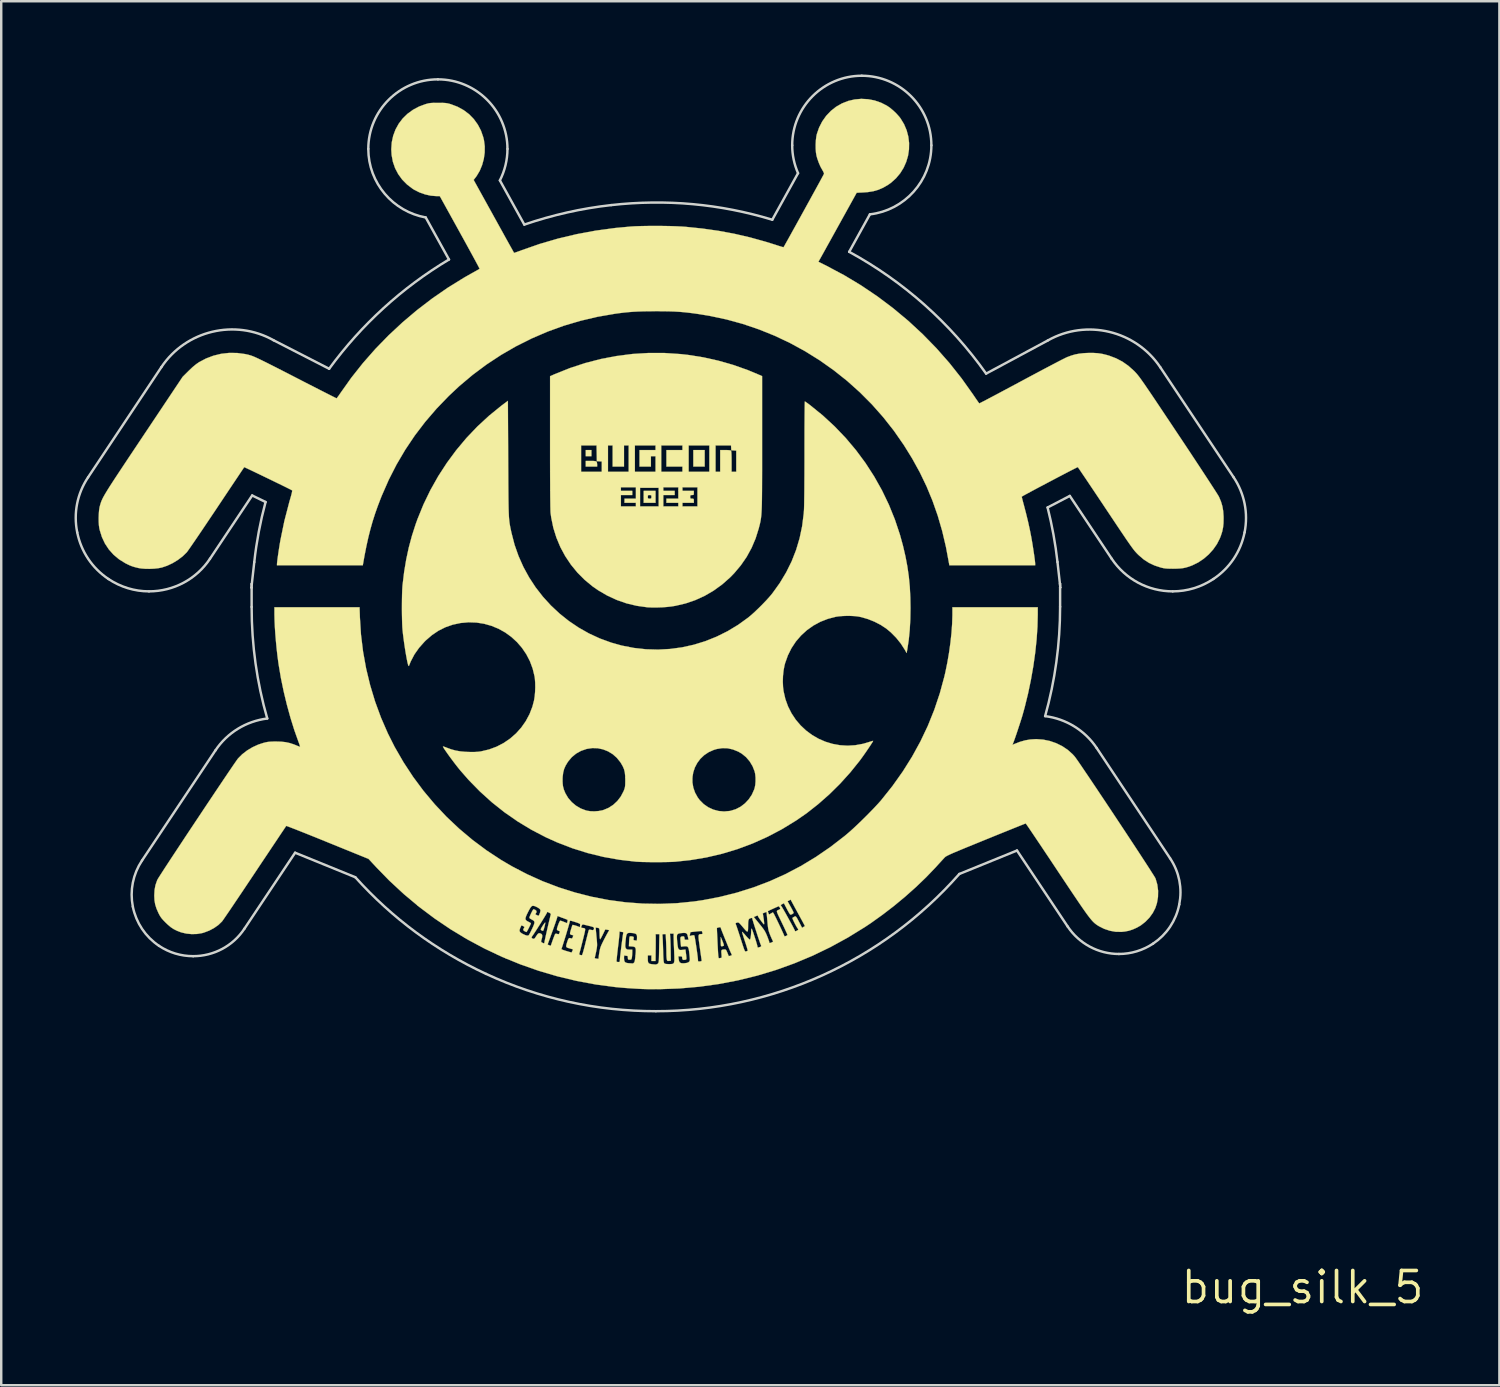
<source format=kicad_pcb>
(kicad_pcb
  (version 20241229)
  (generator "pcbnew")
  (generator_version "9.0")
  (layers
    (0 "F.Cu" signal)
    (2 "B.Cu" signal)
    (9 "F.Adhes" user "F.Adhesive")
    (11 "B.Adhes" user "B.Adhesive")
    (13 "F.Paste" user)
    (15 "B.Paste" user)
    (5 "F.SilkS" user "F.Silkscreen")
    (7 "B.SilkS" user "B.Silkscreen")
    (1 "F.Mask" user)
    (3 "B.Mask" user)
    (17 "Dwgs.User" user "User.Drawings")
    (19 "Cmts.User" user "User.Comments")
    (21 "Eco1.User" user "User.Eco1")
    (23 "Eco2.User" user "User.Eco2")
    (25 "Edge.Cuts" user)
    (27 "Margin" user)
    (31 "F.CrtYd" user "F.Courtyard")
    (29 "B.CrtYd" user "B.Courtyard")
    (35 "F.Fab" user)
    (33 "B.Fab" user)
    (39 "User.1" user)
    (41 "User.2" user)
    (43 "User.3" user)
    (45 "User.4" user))
  (footprint "bug_silk_5"
    (layer "F.Cu")
    (at 50.26 49.638)
    (property "Reference" "bug_silk_5" (at 0 0 0) (layer "F.SilkS") (effects (font (size 1.27 1.27) (thickness 0.15))))
    (attr through_hole)
    (fp_poly (pts (xy -29.104 -34.015) (xy -29.337 -34.015) (xy -29.337 -34.269) (xy -29.104 -34.269) (xy -29.104 -34.015)) (stroke (width 0.01) (type solid)) (fill yes) (layer "F.SilkS"))
    (fp_poly (pts (xy -24.469 -33.592) (xy -24.934 -33.592) (xy -24.934 -34.269) (xy -24.469 -34.269) (xy -24.469 -33.592)) (stroke (width 0.01) (type solid)) (fill yes) (layer "F.SilkS"))
    (fp_poly (pts (xy -29.017 -33.822) (xy -28.938 -33.813) (xy -28.898 -33.8) (xy -28.897 -33.799) (xy -28.881 -33.763) (xy -28.872 -33.704) (xy -28.871 -33.683) (xy -28.871 -33.592) (xy -29.337 -33.592) (xy -29.337 -33.824) (xy -29.13 -33.824) (xy -29.017 -33.822)) (stroke (width 0.01) (type solid)) (fill yes) (layer "F.SilkS"))
    (fp_poly (pts (xy -23.74 -14.171) (xy -23.71 -14.093) (xy -23.69 -14.031) (xy -23.682 -13.994) (xy -23.683 -13.988) (xy -23.717 -13.969) (xy -23.762 -13.958) (xy -23.795 -13.961) (xy -23.798 -13.963) (xy -23.805 -13.989) (xy -23.809 -14.047) (xy -23.811 -14.126) (xy -23.812 -14.159) (xy -23.811 -14.34) (xy -23.74 -14.171)) (stroke (width 0.01) (type solid)) (fill yes) (layer "F.SilkS"))
    (fp_poly (pts (xy -30.995 -14.898) (xy -31.006 -14.84) (xy -31.022 -14.769) (xy -31.042 -14.697) (xy -31.061 -14.636) (xy -31.078 -14.598) (xy -31.083 -14.592) (xy -31.117 -14.596) (xy -31.141 -14.607) (xy -31.172 -14.635) (xy -31.178 -14.652) (xy -31.168 -14.68) (xy -31.142 -14.728) (xy -31.107 -14.786) (xy -31.068 -14.844) (xy -31.032 -14.894) (xy -31.005 -14.926) (xy -30.995 -14.931) (xy -30.995 -14.898)) (stroke (width 0.01) (type solid)) (fill yes) (layer "F.SilkS"))
    (fp_poly (pts (xy -26.48 -32.11) (xy -26.966 -32.11) (xy -26.966 -32.353) (xy -26.797 -32.353) (xy -26.794 -32.304) (xy -26.775 -32.283) (xy -26.729 -32.279) (xy -26.723 -32.279) (xy -26.673 -32.282) (xy -26.653 -32.301) (xy -26.649 -32.348) (xy -26.649 -32.353) (xy -26.652 -32.403) (xy -26.671 -32.423) (xy -26.717 -32.427) (xy -26.723 -32.427) (xy -26.773 -32.424) (xy -26.793 -32.406) (xy -26.797 -32.359) (xy -26.797 -32.353) (xy -26.966 -32.353) (xy -26.966 -32.597) (xy -26.48 -32.597) (xy -26.48 -32.11)) (stroke (width 0.01) (type solid)) (fill yes) (layer "F.SilkS"))
    (fp_poly (pts (xy -26.11 -38.24) (xy -25.449 -38.196) (xy -25.146 -38.162) (xy -24.527 -38.064) (xy -23.909 -37.926) (xy -23.3 -37.752) (xy -22.705 -37.542) (xy -22.22 -37.339) (xy -22.119 -37.294) (xy -22.119 -34.554) (xy -22.119 -34.142) (xy -22.119 -33.769) (xy -22.119 -33.434) (xy -22.12 -33.134) (xy -22.121 -32.867) (xy -22.122 -32.629) (xy -22.124 -32.42) (xy -22.126 -32.236) (xy -22.129 -32.075) (xy -22.133 -31.935) (xy -22.138 -31.813) (xy -22.144 -31.707) (xy -22.15 -31.614) (xy -22.159 -31.532) (xy -22.168 -31.458) (xy -22.179 -31.391) (xy -22.191 -31.327) (xy -22.205 -31.265) (xy -22.22 -31.201) (xy -22.238 -31.134) (xy -22.256 -31.062) (xy -22.384 -30.653) (xy -22.549 -30.265) (xy -22.75 -29.897) (xy -22.989 -29.551) (xy -23.264 -29.224) (xy -23.434 -29.05) (xy -23.759 -28.764) (xy -24.105 -28.514) (xy -24.469 -28.302) (xy -24.852 -28.127) (xy -25.25 -27.991) (xy -25.663 -27.894) (xy -25.823 -27.868) (xy -26.006 -27.847) (xy -26.209 -27.832) (xy -26.419 -27.825) (xy -26.62 -27.825) (xy -26.797 -27.832) (xy -26.827 -27.835) (xy -27.251 -27.894) (xy -27.665 -27.993) (xy -28.067 -28.133) (xy -28.454 -28.311) (xy -28.824 -28.527) (xy -29.054 -28.686) (xy -29.381 -28.956) (xy -29.678 -29.254) (xy -29.943 -29.578) (xy -30.176 -29.926) (xy -30.375 -30.295) (xy -30.537 -30.682) (xy -30.663 -31.084) (xy -30.749 -31.5) (xy -30.776 -31.697) (xy -30.779 -31.748) (xy -30.782 -31.839) (xy -30.785 -31.97) (xy -30.787 -32.139) (xy -30.79 -32.344) (xy -30.792 -32.583) (xy -30.793 -32.745) (xy -27.898 -32.745) (xy -27.898 -32.597) (xy -27.432 -32.597) (xy -27.432 -32.427) (xy -27.898 -32.427) (xy -27.898 -31.962) (xy -27.284 -31.962) (xy -27.284 -32.11) (xy -27.75 -32.11) (xy -27.75 -32.279) (xy -27.284 -32.279) (xy -27.284 -32.724) (xy -27.114 -32.724) (xy -27.114 -31.962) (xy -26.352 -31.962) (xy -26.352 -32.724) (xy -27.114 -32.724) (xy -27.284 -32.724) (xy -27.284 -32.745) (xy -26.162 -32.745) (xy -26.162 -32.597) (xy -25.696 -32.597) (xy -25.696 -32.427) (xy -26.162 -32.427) (xy -26.162 -31.962) (xy -25.548 -31.962) (xy -25.548 -32.11) (xy -26.035 -32.11) (xy -26.035 -32.279) (xy -25.548 -32.279) (xy -25.548 -32.745) (xy -25.379 -32.745) (xy -25.379 -32.597) (xy -24.913 -32.597) (xy -24.913 -32.512) (xy -24.915 -32.458) (xy -24.929 -32.434) (xy -24.965 -32.428) (xy -24.987 -32.427) (xy -25.037 -32.424) (xy -25.057 -32.406) (xy -25.061 -32.359) (xy -25.061 -32.353) (xy -25.058 -32.304) (xy -25.04 -32.283) (xy -24.993 -32.279) (xy -24.987 -32.279) (xy -24.94 -32.277) (xy -24.919 -32.261) (xy -24.913 -32.219) (xy -24.913 -32.194) (xy -24.913 -32.11) (xy -25.379 -32.11) (xy -25.379 -31.962) (xy -24.765 -31.962) (xy -24.765 -32.745) (xy -25.379 -32.745) (xy -25.548 -32.745) (xy -26.162 -32.745) (xy -27.284 -32.745) (xy -27.898 -32.745) (xy -30.793 -32.745) (xy -30.793 -32.856) (xy -30.795 -33.16) (xy -30.796 -33.494) (xy -30.797 -33.857) (xy -30.797 -34.247) (xy -30.797 -34.459) (xy -29.527 -34.459) (xy -29.527 -33.38) (xy -28.681 -33.38) (xy -28.681 -33.801) (xy -28.781 -33.807) (xy -28.882 -33.814) (xy -28.888 -34.137) (xy -28.894 -34.459) (xy -28.427 -34.459) (xy -28.427 -33.38) (xy -27.58 -33.38) (xy -27.58 -34.459) (xy -27.326 -34.459) (xy -27.326 -33.38) (xy -26.48 -33.38) (xy -26.48 -34.015) (xy -26.67 -34.015) (xy -26.67 -33.592) (xy -27.136 -33.592) (xy -27.136 -34.269) (xy -26.48 -34.269) (xy -26.48 -34.459) (xy -26.247 -34.459) (xy -26.247 -33.38) (xy -25.379 -33.38) (xy -25.379 -33.592) (xy -26.035 -33.592) (xy -26.035 -34.269) (xy -25.379 -34.269) (xy -25.379 -34.459) (xy -25.125 -34.459) (xy -25.125 -33.38) (xy -24.278 -33.38) (xy -24.278 -34.459) (xy -24.024 -34.459) (xy -24.024 -33.38) (xy -23.834 -33.38) (xy -23.834 -34.269) (xy -23.626 -34.269) (xy -23.513 -34.266) (xy -23.435 -34.258) (xy -23.395 -34.245) (xy -23.393 -34.243) (xy -23.384 -34.218) (xy -23.376 -34.162) (xy -23.372 -34.072) (xy -23.369 -33.946) (xy -23.368 -33.799) (xy -23.368 -33.38) (xy -23.177 -33.38) (xy -23.177 -34.245) (xy -23.278 -34.252) (xy -23.379 -34.258) (xy -23.385 -34.359) (xy -23.391 -34.459) (xy -24.024 -34.459) (xy -24.278 -34.459) (xy -25.125 -34.459) (xy -25.379 -34.459) (xy -26.247 -34.459) (xy -26.48 -34.459) (xy -27.326 -34.459) (xy -27.58 -34.459) (xy -27.771 -34.459) (xy -27.771 -33.592) (xy -28.236 -33.592) (xy -28.236 -34.459) (xy -28.427 -34.459) (xy -28.894 -34.459) (xy -29.527 -34.459) (xy -30.797 -34.459) (xy -30.797 -34.589) (xy -30.797 -37.291) (xy -30.602 -37.377) (xy -29.983 -37.624) (xy -29.355 -37.83) (xy -28.718 -37.995) (xy -28.074 -38.118) (xy -27.423 -38.201) (xy -26.768 -38.241) (xy -26.11 -38.24)) (stroke (width 0.01) (type solid)) (fill yes) (layer "F.SilkS"))
    (fp_poly (pts (xy -32.511 -33.916) (xy -32.509 -33.542) (xy -32.507 -33.208) (xy -32.506 -32.911) (xy -32.504 -32.648) (xy -32.502 -32.416) (xy -32.5 -32.213) (xy -32.497 -32.035) (xy -32.494 -31.881) (xy -32.49 -31.747) (xy -32.485 -31.631) (xy -32.48 -31.529) (xy -32.473 -31.44) (xy -32.465 -31.36) (xy -32.456 -31.287) (xy -32.445 -31.217) (xy -32.433 -31.149) (xy -32.419 -31.079) (xy -32.403 -31.005) (xy -32.386 -30.923) (xy -32.374 -30.872) (xy -32.25 -30.392) (xy -32.087 -29.929) (xy -31.888 -29.482) (xy -31.654 -29.055) (xy -31.388 -28.649) (xy -31.09 -28.266) (xy -30.764 -27.908) (xy -30.41 -27.577) (xy -30.031 -27.274) (xy -29.628 -27.002) (xy -29.204 -26.762) (xy -28.76 -26.557) (xy -28.297 -26.388) (xy -27.866 -26.267) (xy -27.37 -26.17) (xy -26.873 -26.115) (xy -26.376 -26.101) (xy -25.882 -26.128) (xy -25.394 -26.194) (xy -24.912 -26.301) (xy -24.439 -26.447) (xy -23.979 -26.632) (xy -23.532 -26.854) (xy -23.1 -27.115) (xy -22.687 -27.413) (xy -22.68 -27.419) (xy -22.561 -27.518) (xy -22.425 -27.641) (xy -22.278 -27.781) (xy -22.128 -27.929) (xy -21.984 -28.079) (xy -21.853 -28.221) (xy -21.743 -28.348) (xy -21.697 -28.406) (xy -21.394 -28.828) (xy -21.132 -29.265) (xy -20.909 -29.715) (xy -20.727 -30.18) (xy -20.584 -30.659) (xy -20.48 -31.154) (xy -20.416 -31.664) (xy -20.405 -31.81) (xy -20.402 -31.876) (xy -20.399 -31.98) (xy -20.396 -32.121) (xy -20.394 -32.293) (xy -20.391 -32.494) (xy -20.389 -32.719) (xy -20.388 -32.966) (xy -20.386 -33.232) (xy -20.385 -33.511) (xy -20.384 -33.802) (xy -20.384 -34.101) (xy -20.384 -34.189) (xy -20.384 -34.481) (xy -20.383 -34.761) (xy -20.383 -35.026) (xy -20.382 -35.272) (xy -20.38 -35.498) (xy -20.379 -35.7) (xy -20.377 -35.875) (xy -20.376 -36.021) (xy -20.374 -36.135) (xy -20.372 -36.213) (xy -20.37 -36.254) (xy -20.369 -36.258) (xy -20.347 -36.246) (xy -20.299 -36.213) (xy -20.232 -36.165) (xy -20.153 -36.105) (xy -19.638 -35.687) (xy -19.153 -35.239) (xy -18.699 -34.765) (xy -18.277 -34.264) (xy -17.888 -33.739) (xy -17.534 -33.191) (xy -17.214 -32.622) (xy -16.931 -32.034) (xy -16.685 -31.427) (xy -16.477 -30.804) (xy -16.353 -30.353) (xy -16.252 -29.918) (xy -16.173 -29.5) (xy -16.114 -29.088) (xy -16.074 -28.67) (xy -16.052 -28.235) (xy -16.045 -27.802) (xy -16.053 -27.335) (xy -16.077 -26.902) (xy -16.117 -26.499) (xy -16.174 -26.122) (xy -16.178 -26.099) (xy -16.204 -25.961) (xy -16.281 -26.099) (xy -16.441 -26.348) (xy -16.633 -26.587) (xy -16.848 -26.805) (xy -17.042 -26.966) (xy -17.266 -27.113) (xy -17.518 -27.243) (xy -17.785 -27.35) (xy -18.054 -27.429) (xy -18.182 -27.455) (xy -18.314 -27.471) (xy -18.474 -27.48) (xy -18.647 -27.482) (xy -18.82 -27.476) (xy -18.978 -27.463) (xy -19.096 -27.446) (xy -19.424 -27.361) (xy -19.734 -27.24) (xy -20.022 -27.084) (xy -20.286 -26.896) (xy -20.525 -26.678) (xy -20.736 -26.433) (xy -20.916 -26.161) (xy -21.063 -25.866) (xy -21.176 -25.55) (xy -21.201 -25.456) (xy -21.24 -25.251) (xy -21.264 -25.023) (xy -21.271 -24.788) (xy -21.261 -24.561) (xy -21.241 -24.403) (xy -21.167 -24.08) (xy -21.058 -23.777) (xy -20.915 -23.494) (xy -20.743 -23.234) (xy -20.543 -22.999) (xy -20.319 -22.789) (xy -20.074 -22.607) (xy -19.81 -22.454) (xy -19.53 -22.332) (xy -19.236 -22.243) (xy -18.933 -22.188) (xy -18.621 -22.169) (xy -18.305 -22.188) (xy -17.987 -22.246) (xy -17.769 -22.31) (xy -17.687 -22.336) (xy -17.622 -22.356) (xy -17.582 -22.366) (xy -17.575 -22.366) (xy -17.583 -22.346) (xy -17.612 -22.297) (xy -17.658 -22.225) (xy -17.717 -22.135) (xy -17.786 -22.033) (xy -17.86 -21.924) (xy -17.937 -21.814) (xy -18.011 -21.709) (xy -18.08 -21.614) (xy -18.129 -21.548) (xy -18.513 -21.071) (xy -18.926 -20.614) (xy -19.364 -20.181) (xy -19.822 -19.777) (xy -20.295 -19.405) (xy -20.733 -19.102) (xy -21.308 -18.751) (xy -21.899 -18.44) (xy -22.503 -18.169) (xy -23.12 -17.938) (xy -23.752 -17.747) (xy -24.396 -17.596) (xy -25.053 -17.486) (xy -25.662 -17.421) (xy -25.775 -17.414) (xy -25.921 -17.409) (xy -26.092 -17.405) (xy -26.279 -17.403) (xy -26.474 -17.402) (xy -26.669 -17.403) (xy -26.855 -17.406) (xy -27.024 -17.409) (xy -27.168 -17.415) (xy -27.279 -17.421) (xy -27.284 -17.422) (xy -27.956 -17.5) (xy -28.614 -17.617) (xy -29.258 -17.775) (xy -29.888 -17.972) (xy -30.504 -18.21) (xy -30.961 -18.416) (xy -31.552 -18.723) (xy -32.118 -19.065) (xy -32.66 -19.441) (xy -33.177 -19.851) (xy -33.669 -20.296) (xy -34.027 -20.662) (xy -30.285 -20.662) (xy -30.269 -20.512) (xy -30.232 -20.371) (xy -30.173 -20.227) (xy -30.172 -20.224) (xy -30.058 -20.031) (xy -29.911 -19.86) (xy -29.737 -19.714) (xy -29.541 -19.599) (xy -29.329 -19.519) (xy -29.271 -19.505) (xy -29.131 -19.485) (xy -28.971 -19.482) (xy -28.807 -19.495) (xy -28.658 -19.523) (xy -28.617 -19.535) (xy -28.405 -19.623) (xy -28.213 -19.747) (xy -28.044 -19.904) (xy -27.902 -20.089) (xy -27.791 -20.3) (xy -27.775 -20.337) (xy -27.752 -20.4) (xy -27.736 -20.456) (xy -27.726 -20.517) (xy -27.721 -20.593) (xy -27.72 -20.664) (xy -24.97 -20.664) (xy -24.935 -20.455) (xy -24.864 -20.25) (xy -24.756 -20.054) (xy -24.671 -19.94) (xy -24.509 -19.778) (xy -24.323 -19.649) (xy -24.118 -19.554) (xy -23.901 -19.496) (xy -23.675 -19.476) (xy -23.445 -19.497) (xy -23.402 -19.505) (xy -23.192 -19.571) (xy -22.996 -19.673) (xy -22.819 -19.809) (xy -22.666 -19.973) (xy -22.539 -20.162) (xy -22.445 -20.372) (xy -22.424 -20.436) (xy -22.399 -20.559) (xy -22.387 -20.706) (xy -22.387 -20.86) (xy -22.401 -21.005) (xy -22.424 -21.114) (xy -22.509 -21.33) (xy -22.627 -21.527) (xy -22.775 -21.699) (xy -22.948 -21.841) (xy -23.094 -21.926) (xy -23.315 -22.015) (xy -23.532 -22.063) (xy -23.749 -22.069) (xy -23.97 -22.034) (xy -24.095 -21.997) (xy -24.305 -21.904) (xy -24.489 -21.781) (xy -24.645 -21.633) (xy -24.772 -21.464) (xy -24.87 -21.278) (xy -24.936 -21.08) (xy -24.97 -20.874) (xy -24.97 -20.664) (xy -27.72 -20.664) (xy -27.719 -20.694) (xy -27.719 -20.765) (xy -27.723 -20.936) (xy -27.738 -21.078) (xy -27.769 -21.202) (xy -27.818 -21.319) (xy -27.888 -21.442) (xy -27.923 -21.497) (xy -28.066 -21.674) (xy -28.234 -21.822) (xy -28.424 -21.937) (xy -28.629 -22.018) (xy -28.844 -22.064) (xy -29.065 -22.072) (xy -29.286 -22.039) (xy -29.303 -22.035) (xy -29.53 -21.957) (xy -29.732 -21.844) (xy -29.908 -21.699) (xy -30.058 -21.52) (xy -30.074 -21.496) (xy -30.161 -21.353) (xy -30.221 -21.217) (xy -30.259 -21.073) (xy -30.28 -20.908) (xy -30.284 -20.838) (xy -30.285 -20.662) (xy -34.027 -20.662) (xy -34.136 -20.774) (xy -34.473 -21.159) (xy -34.551 -21.255) (xy -34.637 -21.364) (xy -34.727 -21.481) (xy -34.817 -21.601) (xy -34.905 -21.719) (xy -34.986 -21.832) (xy -35.057 -21.934) (xy -35.116 -22.019) (xy -35.158 -22.085) (xy -35.179 -22.125) (xy -35.181 -22.136) (xy -35.153 -22.132) (xy -35.098 -22.114) (xy -35.028 -22.088) (xy -35.028 -22.087) (xy -34.842 -22.019) (xy -34.662 -21.97) (xy -34.475 -21.937) (xy -34.267 -21.918) (xy -34.152 -21.913) (xy -33.991 -21.91) (xy -33.861 -21.912) (xy -33.749 -21.919) (xy -33.645 -21.932) (xy -33.613 -21.938) (xy -33.291 -22.015) (xy -32.984 -22.129) (xy -32.697 -22.278) (xy -32.431 -22.46) (xy -32.19 -22.671) (xy -31.976 -22.91) (xy -31.791 -23.174) (xy -31.638 -23.459) (xy -31.52 -23.765) (xy -31.452 -24.024) (xy -31.427 -24.183) (xy -31.41 -24.366) (xy -31.403 -24.559) (xy -31.406 -24.747) (xy -31.419 -24.916) (xy -31.43 -24.998) (xy -31.508 -25.321) (xy -31.621 -25.625) (xy -31.768 -25.909) (xy -31.945 -26.171) (xy -32.15 -26.408) (xy -32.38 -26.619) (xy -32.632 -26.802) (xy -32.904 -26.954) (xy -33.193 -27.073) (xy -33.496 -27.159) (xy -33.81 -27.208) (xy -34.133 -27.219) (xy -34.459 -27.19) (xy -34.779 -27.122) (xy -35.08 -27.017) (xy -35.364 -26.875) (xy -35.632 -26.694) (xy -35.887 -26.474) (xy -35.932 -26.429) (xy -36.16 -26.173) (xy -36.348 -25.906) (xy -36.495 -25.626) (xy -36.555 -25.48) (xy -36.572 -25.436) (xy -36.585 -25.429) (xy -36.598 -25.453) (xy -36.616 -25.509) (xy -36.638 -25.6) (xy -36.662 -25.722) (xy -36.689 -25.868) (xy -36.717 -26.031) (xy -36.744 -26.206) (xy -36.771 -26.387) (xy -36.795 -26.568) (xy -36.817 -26.743) (xy -36.833 -26.892) (xy -36.843 -27.013) (xy -36.85 -27.168) (xy -36.855 -27.349) (xy -36.859 -27.548) (xy -36.861 -27.757) (xy -36.86 -27.968) (xy -36.858 -28.174) (xy -36.854 -28.366) (xy -36.848 -28.536) (xy -36.84 -28.677) (xy -36.834 -28.744) (xy -36.769 -29.283) (xy -36.684 -29.792) (xy -36.579 -30.281) (xy -36.451 -30.758) (xy -36.298 -31.233) (xy -36.223 -31.442) (xy -35.977 -32.045) (xy -35.694 -32.63) (xy -35.375 -33.197) (xy -35.021 -33.743) (xy -34.636 -34.265) (xy -34.219 -34.762) (xy -33.773 -35.231) (xy -33.299 -35.669) (xy -32.799 -36.076) (xy -32.713 -36.141) (xy -32.523 -36.282) (xy -32.511 -33.916)) (stroke (width 0.01) (type solid)) (fill yes) (layer "F.SilkS"))
    (fp_poly (pts (xy -17.785 -48.628) (xy -17.514 -48.576) (xy -17.251 -48.485) (xy -17.015 -48.365) (xy -16.888 -48.279) (xy -16.754 -48.167) (xy -16.623 -48.042) (xy -16.508 -47.914) (xy -16.454 -47.844) (xy -16.31 -47.607) (xy -16.204 -47.358) (xy -16.135 -47.1) (xy -16.103 -46.837) (xy -16.107 -46.574) (xy -16.146 -46.315) (xy -16.22 -46.063) (xy -16.327 -45.822) (xy -16.467 -45.597) (xy -16.639 -45.392) (xy -16.842 -45.209) (xy -16.973 -45.117) (xy -17.167 -45.005) (xy -17.361 -44.921) (xy -17.565 -44.862) (xy -17.79 -44.826) (xy -17.977 -44.812) (xy -18.248 -44.799) (xy -18.951 -43.529) (xy -19.072 -43.311) (xy -19.188 -43.101) (xy -19.298 -42.902) (xy -19.401 -42.717) (xy -19.493 -42.551) (xy -19.573 -42.406) (xy -19.64 -42.286) (xy -19.691 -42.194) (xy -19.724 -42.134) (xy -19.734 -42.117) (xy -19.814 -41.975) (xy -19.469 -41.802) (xy -18.756 -41.422) (xy -18.065 -41.006) (xy -17.397 -40.556) (xy -16.754 -40.072) (xy -16.136 -39.557) (xy -15.546 -39.011) (xy -14.984 -38.435) (xy -14.453 -37.832) (xy -13.954 -37.202) (xy -13.488 -36.547) (xy -13.472 -36.523) (xy -13.401 -36.418) (xy -13.337 -36.325) (xy -13.285 -36.25) (xy -13.248 -36.2) (xy -13.23 -36.179) (xy -13.23 -36.178) (xy -13.209 -36.187) (xy -13.154 -36.215) (xy -13.067 -36.26) (xy -12.95 -36.32) (xy -12.807 -36.396) (xy -12.64 -36.484) (xy -12.451 -36.584) (xy -12.244 -36.695) (xy -12.02 -36.814) (xy -11.783 -36.941) (xy -11.535 -37.074) (xy -11.512 -37.086) (xy -11.259 -37.222) (xy -11.014 -37.353) (xy -10.779 -37.478) (xy -10.557 -37.596) (xy -10.352 -37.704) (xy -10.167 -37.801) (xy -10.003 -37.887) (xy -9.866 -37.958) (xy -9.756 -38.013) (xy -9.678 -38.052) (xy -9.635 -38.072) (xy -9.462 -38.136) (xy -9.3 -38.183) (xy -9.134 -38.214) (xy -8.95 -38.234) (xy -8.795 -38.242) (xy -8.575 -38.244) (xy -8.38 -38.232) (xy -8.196 -38.204) (xy -8.009 -38.158) (xy -7.913 -38.13) (xy -7.629 -38.022) (xy -7.37 -37.886) (xy -7.128 -37.716) (xy -6.896 -37.508) (xy -6.888 -37.5) (xy -6.857 -37.468) (xy -6.827 -37.436) (xy -6.797 -37.403) (xy -6.764 -37.365) (xy -6.729 -37.321) (xy -6.689 -37.27) (xy -6.643 -37.209) (xy -6.591 -37.136) (xy -6.53 -37.049) (xy -6.459 -36.948) (xy -6.377 -36.828) (xy -6.283 -36.69) (xy -6.174 -36.53) (xy -6.051 -36.347) (xy -5.912 -36.139) (xy -5.755 -35.904) (xy -5.579 -35.64) (xy -5.382 -35.346) (xy -5.164 -35.018) (xy -5.087 -34.903) (xy -4.89 -34.608) (xy -4.7 -34.322) (xy -4.518 -34.047) (xy -4.345 -33.784) (xy -4.182 -33.537) (xy -4.031 -33.307) (xy -3.893 -33.096) (xy -3.77 -32.907) (xy -3.663 -32.742) (xy -3.573 -32.603) (xy -3.502 -32.492) (xy -3.452 -32.41) (xy -3.423 -32.362) (xy -3.419 -32.353) (xy -3.337 -32.159) (xy -3.281 -31.97) (xy -3.247 -31.771) (xy -3.232 -31.55) (xy -3.231 -31.475) (xy -3.235 -31.274) (xy -3.253 -31.1) (xy -3.286 -30.937) (xy -3.338 -30.773) (xy -3.385 -30.652) (xy -3.503 -30.421) (xy -3.656 -30.201) (xy -3.839 -29.998) (xy -4.046 -29.819) (xy -4.271 -29.668) (xy -4.508 -29.552) (xy -4.511 -29.55) (xy -4.65 -29.498) (xy -4.773 -29.461) (xy -4.894 -29.435) (xy -5.024 -29.421) (xy -5.175 -29.414) (xy -5.292 -29.412) (xy -5.429 -29.413) (xy -5.535 -29.417) (xy -5.621 -29.424) (xy -5.697 -29.436) (xy -5.774 -29.454) (xy -5.8 -29.46) (xy -6.059 -29.545) (xy -6.29 -29.654) (xy -6.501 -29.791) (xy -6.702 -29.963) (xy -6.733 -29.993) (xy -6.768 -30.028) (xy -6.802 -30.064) (xy -6.836 -30.101) (xy -6.873 -30.144) (xy -6.913 -30.194) (xy -6.958 -30.254) (xy -7.01 -30.325) (xy -7.071 -30.411) (xy -7.142 -30.513) (xy -7.226 -30.634) (xy -7.322 -30.777) (xy -7.434 -30.943) (xy -7.563 -31.135) (xy -7.711 -31.356) (xy -7.878 -31.607) (xy -8.062 -31.882) (xy -8.222 -32.123) (xy -8.376 -32.353) (xy -8.522 -32.571) (xy -8.658 -32.774) (xy -8.782 -32.959) (xy -8.893 -33.124) (xy -8.99 -33.267) (xy -9.07 -33.385) (xy -9.132 -33.477) (xy -9.175 -33.538) (xy -9.196 -33.568) (xy -9.199 -33.57) (xy -9.222 -33.561) (xy -9.278 -33.533) (xy -9.363 -33.49) (xy -9.474 -33.434) (xy -9.606 -33.366) (xy -9.755 -33.288) (xy -9.918 -33.203) (xy -10.09 -33.113) (xy -10.268 -33.019) (xy -10.448 -32.924) (xy -10.625 -32.83) (xy -10.797 -32.74) (xy -10.958 -32.654) (xy -11.105 -32.575) (xy -11.234 -32.505) (xy -11.342 -32.447) (xy -11.423 -32.402) (xy -11.475 -32.372) (xy -11.493 -32.359) (xy -11.493 -32.359) (xy -11.488 -32.333) (xy -11.473 -32.273) (xy -11.451 -32.187) (xy -11.423 -32.081) (xy -11.4 -31.997) (xy -11.314 -31.666) (xy -11.232 -31.328) (xy -11.16 -30.998) (xy -11.103 -30.708) (xy -11.08 -30.576) (xy -11.055 -30.43) (xy -11.031 -30.277) (xy -11.008 -30.124) (xy -10.986 -29.979) (xy -10.968 -29.848) (xy -10.954 -29.739) (xy -10.946 -29.658) (xy -10.943 -29.617) (xy -10.943 -29.549) (xy -14.455 -29.549) (xy -14.466 -29.617) (xy -14.594 -30.302) (xy -14.748 -30.956) (xy -14.931 -31.585) (xy -15.144 -32.192) (xy -15.388 -32.782) (xy -15.665 -33.358) (xy -15.978 -33.925) (xy -16.315 -34.47) (xy -16.72 -35.053) (xy -17.157 -35.608) (xy -17.623 -36.135) (xy -18.118 -36.632) (xy -18.639 -37.099) (xy -19.186 -37.534) (xy -19.755 -37.937) (xy -20.347 -38.306) (xy -20.959 -38.641) (xy -21.59 -38.941) (xy -22.239 -39.203) (xy -22.903 -39.429) (xy -23.581 -39.615) (xy -24.272 -39.762) (xy -24.712 -39.834) (xy -24.936 -39.866) (xy -25.138 -39.891) (xy -25.326 -39.911) (xy -25.509 -39.926) (xy -25.696 -39.937) (xy -25.896 -39.944) (xy -26.117 -39.948) (xy -26.369 -39.95) (xy -26.469 -39.95) (xy -26.743 -39.949) (xy -26.983 -39.945) (xy -27.198 -39.938) (xy -27.396 -39.928) (xy -27.586 -39.913) (xy -27.775 -39.894) (xy -27.973 -39.87) (xy -28.152 -39.845) (xy -28.86 -39.722) (xy -29.555 -39.558) (xy -30.237 -39.356) (xy -30.904 -39.114) (xy -31.554 -38.834) (xy -32.187 -38.517) (xy -32.8 -38.163) (xy -33.393 -37.773) (xy -33.963 -37.348) (xy -34.51 -36.888) (xy -34.943 -36.482) (xy -35.444 -35.962) (xy -35.908 -35.422) (xy -36.335 -34.862) (xy -36.725 -34.28) (xy -37.08 -33.677) (xy -37.4 -33.05) (xy -37.685 -32.4) (xy -37.725 -32.3) (xy -37.85 -31.973) (xy -37.962 -31.656) (xy -38.062 -31.342) (xy -38.152 -31.023) (xy -38.236 -30.691) (xy -38.314 -30.338) (xy -38.389 -29.958) (xy -38.45 -29.617) (xy -38.462 -29.549) (xy -41.974 -29.549) (xy -41.974 -29.602) (xy -41.97 -29.651) (xy -41.961 -29.734) (xy -41.947 -29.845) (xy -41.929 -29.974) (xy -41.908 -30.116) (xy -41.886 -30.262) (xy -41.863 -30.405) (xy -41.84 -30.538) (xy -41.834 -30.575) (xy -41.672 -31.363) (xy -41.47 -32.14) (xy -41.431 -32.276) (xy -41.399 -32.387) (xy -41.374 -32.484) (xy -41.357 -32.559) (xy -41.351 -32.605) (xy -41.352 -32.617) (xy -41.376 -32.63) (xy -41.432 -32.659) (xy -41.517 -32.702) (xy -41.627 -32.757) (xy -41.757 -32.821) (xy -41.903 -32.892) (xy -42.061 -32.969) (xy -42.225 -33.049) (xy -42.393 -33.13) (xy -42.559 -33.21) (xy -42.718 -33.287) (xy -42.868 -33.359) (xy -43.003 -33.424) (xy -43.12 -33.479) (xy -43.213 -33.523) (xy -43.278 -33.553) (xy -43.312 -33.567) (xy -43.315 -33.568) (xy -43.328 -33.55) (xy -43.362 -33.498) (xy -43.417 -33.417) (xy -43.49 -33.307) (xy -43.58 -33.172) (xy -43.686 -33.014) (xy -43.805 -32.836) (xy -43.937 -32.639) (xy -44.079 -32.426) (xy -44.23 -32.2) (xy -44.388 -31.963) (xy -44.445 -31.877) (xy -44.608 -31.634) (xy -44.766 -31.399) (xy -44.917 -31.174) (xy -45.059 -30.963) (xy -45.191 -30.769) (xy -45.311 -30.592) (xy -45.417 -30.438) (xy -45.507 -30.307) (xy -45.58 -30.203) (xy -45.633 -30.128) (xy -45.665 -30.085) (xy -45.67 -30.08) (xy -45.834 -29.92) (xy -46.03 -29.771) (xy -46.245 -29.64) (xy -46.47 -29.534) (xy -46.683 -29.462) (xy -46.829 -29.433) (xy -47.002 -29.414) (xy -47.188 -29.406) (xy -47.371 -29.409) (xy -47.539 -29.423) (xy -47.646 -29.441) (xy -47.785 -29.475) (xy -47.9 -29.51) (xy -48.009 -29.553) (xy -48.127 -29.61) (xy -48.19 -29.643) (xy -48.442 -29.8) (xy -48.664 -29.987) (xy -48.855 -30.201) (xy -49.014 -30.441) (xy -49.138 -30.705) (xy -49.228 -30.992) (xy -49.246 -31.073) (xy -49.262 -31.189) (xy -49.271 -31.331) (xy -49.272 -31.487) (xy -49.267 -31.644) (xy -49.256 -31.791) (xy -49.238 -31.914) (xy -49.226 -31.967) (xy -49.211 -32.019) (xy -49.197 -32.068) (xy -49.182 -32.115) (xy -49.165 -32.162) (xy -49.145 -32.212) (xy -49.12 -32.266) (xy -49.09 -32.327) (xy -49.052 -32.395) (xy -49.007 -32.474) (xy -48.952 -32.565) (xy -48.887 -32.671) (xy -48.811 -32.792) (xy -48.721 -32.931) (xy -48.617 -33.091) (xy -48.498 -33.272) (xy -48.362 -33.477) (xy -48.209 -33.708) (xy -48.037 -33.967) (xy -47.844 -34.256) (xy -47.631 -34.576) (xy -47.447 -34.851) (xy -45.836 -37.264) (xy -45.592 -37.507) (xy -45.43 -37.661) (xy -45.284 -37.781) (xy -45.166 -37.863) (xy -44.877 -38.016) (xy -44.573 -38.131) (xy -44.257 -38.208) (xy -43.933 -38.244) (xy -43.605 -38.241) (xy -43.276 -38.197) (xy -43.159 -38.171) (xy -43.114 -38.159) (xy -43.068 -38.146) (xy -43.019 -38.13) (xy -42.964 -38.11) (xy -42.901 -38.084) (xy -42.827 -38.051) (xy -42.74 -38.011) (xy -42.636 -37.961) (xy -42.513 -37.901) (xy -42.37 -37.83) (xy -42.202 -37.745) (xy -42.008 -37.647) (xy -41.785 -37.533) (xy -41.531 -37.403) (xy -41.242 -37.254) (xy -41.135 -37.199) (xy -40.894 -37.075) (xy -40.664 -36.957) (xy -40.447 -36.847) (xy -40.247 -36.744) (xy -40.066 -36.652) (xy -39.907 -36.571) (xy -39.773 -36.503) (xy -39.666 -36.449) (xy -39.589 -36.411) (xy -39.546 -36.389) (xy -39.536 -36.386) (xy -39.519 -36.402) (xy -39.484 -36.448) (xy -39.435 -36.515) (xy -39.378 -36.598) (xy -39.368 -36.613) (xy -38.93 -37.23) (xy -38.455 -37.829) (xy -37.946 -38.408) (xy -37.405 -38.964) (xy -36.835 -39.495) (xy -36.238 -40) (xy -35.618 -40.474) (xy -34.977 -40.917) (xy -34.317 -41.325) (xy -34.039 -41.483) (xy -33.929 -41.544) (xy -33.833 -41.598) (xy -33.755 -41.642) (xy -33.703 -41.673) (xy -33.682 -41.686) (xy -33.682 -41.686) (xy -33.69 -41.706) (xy -33.717 -41.759) (xy -33.762 -41.845) (xy -33.823 -41.959) (xy -33.899 -42.099) (xy -33.987 -42.261) (xy -34.087 -42.444) (xy -34.197 -42.645) (xy -34.315 -42.86) (xy -34.441 -43.087) (xy -34.491 -43.179) (xy -35.311 -44.662) (xy -35.458 -44.662) (xy -35.679 -44.68) (xy -35.909 -44.731) (xy -36.137 -44.811) (xy -36.351 -44.918) (xy -36.421 -44.962) (xy -36.65 -45.136) (xy -36.848 -45.336) (xy -37.011 -45.56) (xy -37.139 -45.804) (xy -37.23 -46.066) (xy -37.282 -46.343) (xy -37.296 -46.577) (xy -37.276 -46.863) (xy -37.217 -47.135) (xy -37.121 -47.391) (xy -36.99 -47.627) (xy -36.827 -47.841) (xy -36.632 -48.031) (xy -36.408 -48.194) (xy -36.157 -48.328) (xy -35.905 -48.422) (xy -35.829 -48.444) (xy -35.763 -48.46) (xy -35.696 -48.47) (xy -35.618 -48.476) (xy -35.519 -48.479) (xy -35.388 -48.479) (xy -35.38 -48.479) (xy -35.247 -48.479) (xy -35.147 -48.476) (xy -35.068 -48.47) (xy -35 -48.46) (xy -34.935 -48.445) (xy -34.86 -48.424) (xy -34.855 -48.422) (xy -34.581 -48.318) (xy -34.332 -48.18) (xy -34.109 -48.012) (xy -33.917 -47.814) (xy -33.755 -47.59) (xy -33.625 -47.342) (xy -33.531 -47.071) (xy -33.502 -46.948) (xy -33.47 -46.699) (xy -33.473 -46.442) (xy -33.509 -46.185) (xy -33.577 -45.935) (xy -33.674 -45.7) (xy -33.799 -45.489) (xy -33.847 -45.424) (xy -33.925 -45.325) (xy -33.101 -43.835) (xy -32.973 -43.604) (xy -32.851 -43.383) (xy -32.736 -43.176) (xy -32.631 -42.985) (xy -32.536 -42.814) (xy -32.453 -42.665) (xy -32.383 -42.54) (xy -32.329 -42.443) (xy -32.292 -42.376) (xy -32.273 -42.342) (xy -32.27 -42.339) (xy -32.249 -42.343) (xy -32.196 -42.361) (xy -32.116 -42.389) (xy -32.018 -42.424) (xy -31.959 -42.447) (xy -31.222 -42.704) (xy -30.472 -42.923) (xy -29.709 -43.104) (xy -28.929 -43.249) (xy -28.13 -43.357) (xy -27.495 -43.416) (xy -27.32 -43.427) (xy -27.111 -43.434) (xy -26.877 -43.439) (xy -26.625 -43.442) (xy -26.366 -43.442) (xy -26.106 -43.439) (xy -25.854 -43.434) (xy -25.62 -43.426) (xy -25.41 -43.416) (xy -25.252 -43.405) (xy -24.561 -43.334) (xy -23.898 -43.24) (xy -23.252 -43.12) (xy -22.614 -42.972) (xy -21.976 -42.795) (xy -21.572 -42.669) (xy -21.463 -42.633) (xy -21.368 -42.604) (xy -21.295 -42.582) (xy -21.251 -42.571) (xy -21.241 -42.57) (xy -21.228 -42.591) (xy -21.197 -42.645) (xy -21.15 -42.73) (xy -21.087 -42.841) (xy -21.012 -42.976) (xy -20.926 -43.131) (xy -20.831 -43.303) (xy -20.728 -43.488) (xy -20.62 -43.684) (xy -20.509 -43.885) (xy -20.396 -44.09) (xy -20.284 -44.294) (xy -20.173 -44.495) (xy -20.067 -44.689) (xy -19.966 -44.872) (xy -19.873 -45.041) (xy -19.79 -45.193) (xy -19.719 -45.324) (xy -19.661 -45.431) (xy -19.618 -45.511) (xy -19.592 -45.56) (xy -19.585 -45.574) (xy -19.591 -45.608) (xy -19.616 -45.665) (xy -19.652 -45.728) (xy -19.728 -45.864) (xy -19.799 -46.026) (xy -19.86 -46.199) (xy -19.89 -46.305) (xy -19.914 -46.44) (xy -19.926 -46.602) (xy -19.927 -46.777) (xy -19.918 -46.95) (xy -19.898 -47.109) (xy -19.878 -47.202) (xy -19.786 -47.468) (xy -19.658 -47.718) (xy -19.496 -47.947) (xy -19.304 -48.149) (xy -19.092 -48.317) (xy -18.851 -48.455) (xy -18.596 -48.556) (xy -18.33 -48.618) (xy -18.058 -48.642) (xy -17.785 -48.628)) (stroke (width 0.01) (type solid)) (fill yes) (layer "F.SilkS"))
    (fp_poly (pts (xy -38.58 -27.416) (xy -38.536 -26.718) (xy -38.451 -26.021) (xy -38.326 -25.329) (xy -38.161 -24.646) (xy -37.958 -23.974) (xy -37.716 -23.315) (xy -37.437 -22.674) (xy -37.156 -22.115) (xy -36.796 -21.492) (xy -36.403 -20.893) (xy -35.977 -20.32) (xy -35.519 -19.774) (xy -35.031 -19.256) (xy -34.513 -18.768) (xy -33.968 -18.31) (xy -33.395 -17.883) (xy -32.797 -17.49) (xy -32.361 -17.234) (xy -31.736 -16.908) (xy -31.094 -16.619) (xy -30.437 -16.369) (xy -29.768 -16.158) (xy -29.089 -15.985) (xy -28.401 -15.852) (xy -27.707 -15.759) (xy -27.008 -15.706) (xy -26.309 -15.694) (xy -25.609 -15.722) (xy -24.912 -15.792) (xy -24.555 -15.844) (xy -23.842 -15.981) (xy -23.146 -16.156) (xy -22.467 -16.37) (xy -21.805 -16.622) (xy -21.159 -16.914) (xy -20.531 -17.244) (xy -19.919 -17.614) (xy -19.324 -18.022) (xy -18.745 -18.469) (xy -18.648 -18.55) (xy -18.518 -18.662) (xy -18.368 -18.798) (xy -18.204 -18.952) (xy -18.032 -19.118) (xy -17.858 -19.29) (xy -17.689 -19.461) (xy -17.531 -19.624) (xy -17.391 -19.775) (xy -17.274 -19.905) (xy -17.245 -19.939) (xy -16.784 -20.517) (xy -16.363 -21.11) (xy -15.981 -21.719) (xy -15.639 -22.343) (xy -15.335 -22.983) (xy -15.071 -23.639) (xy -14.846 -24.311) (xy -14.659 -24.999) (xy -14.616 -25.184) (xy -14.536 -25.578) (xy -14.467 -25.981) (xy -14.411 -26.385) (xy -14.368 -26.78) (xy -14.341 -27.156) (xy -14.33 -27.504) (xy -14.33 -27.551) (xy -14.33 -27.834) (xy -10.837 -27.834) (xy -10.837 -27.532) (xy -10.849 -27.037) (xy -10.884 -26.515) (xy -10.941 -25.973) (xy -11.019 -25.42) (xy -11.117 -24.862) (xy -11.233 -24.307) (xy -11.366 -23.763) (xy -11.451 -23.453) (xy -11.481 -23.352) (xy -11.52 -23.228) (xy -11.565 -23.086) (xy -11.615 -22.935) (xy -11.665 -22.783) (xy -11.714 -22.636) (xy -11.76 -22.503) (xy -11.8 -22.39) (xy -11.831 -22.306) (xy -11.844 -22.273) (xy -11.872 -22.204) (xy -11.794 -22.238) (xy -11.565 -22.327) (xy -11.353 -22.387) (xy -11.144 -22.423) (xy -10.926 -22.436) (xy -10.889 -22.437) (xy -10.614 -22.417) (xy -10.343 -22.361) (xy -10.08 -22.27) (xy -9.833 -22.148) (xy -9.608 -21.997) (xy -9.41 -21.819) (xy -9.329 -21.729) (xy -9.297 -21.688) (xy -9.244 -21.614) (xy -9.172 -21.511) (xy -9.083 -21.381) (xy -8.978 -21.226) (xy -8.859 -21.05) (xy -8.727 -20.855) (xy -8.584 -20.642) (xy -8.432 -20.416) (xy -8.273 -20.177) (xy -8.107 -19.929) (xy -7.938 -19.675) (xy -7.766 -19.416) (xy -7.593 -19.155) (xy -7.421 -18.896) (xy -7.251 -18.639) (xy -7.086 -18.388) (xy -6.926 -18.146) (xy -6.774 -17.914) (xy -6.631 -17.696) (xy -6.499 -17.493) (xy -6.379 -17.309) (xy -6.273 -17.145) (xy -6.184 -17.005) (xy -6.111 -16.891) (xy -6.058 -16.806) (xy -6.026 -16.751) (xy -6.016 -16.732) (xy -5.944 -16.485) (xy -5.911 -16.23) (xy -5.916 -15.975) (xy -5.959 -15.725) (xy -6.024 -15.527) (xy -6.128 -15.324) (xy -6.266 -15.132) (xy -6.433 -14.96) (xy -6.62 -14.814) (xy -6.78 -14.722) (xy -6.951 -14.646) (xy -7.109 -14.594) (xy -7.271 -14.563) (xy -7.398 -14.549) (xy -7.64 -14.551) (xy -7.883 -14.594) (xy -8.122 -14.674) (xy -8.325 -14.776) (xy -8.372 -14.805) (xy -8.416 -14.833) (xy -8.459 -14.864) (xy -8.501 -14.897) (xy -8.545 -14.937) (xy -8.592 -14.984) (xy -8.643 -15.042) (xy -8.7 -15.111) (xy -8.764 -15.194) (xy -8.838 -15.293) (xy -8.921 -15.41) (xy -9.017 -15.547) (xy -9.126 -15.706) (xy -9.25 -15.889) (xy -9.391 -16.098) (xy -9.55 -16.335) (xy -9.728 -16.602) (xy -9.928 -16.902) (xy -10.044 -17.076) (xy -10.214 -17.332) (xy -10.378 -17.579) (xy -10.535 -17.812) (xy -10.681 -18.032) (xy -10.817 -18.234) (xy -10.94 -18.417) (xy -11.049 -18.579) (xy -11.142 -18.717) (xy -11.218 -18.829) (xy -11.276 -18.912) (xy -11.313 -18.965) (xy -11.329 -18.986) (xy -11.329 -18.986) (xy -11.351 -18.978) (xy -11.408 -18.956) (xy -11.5 -18.92) (xy -11.621 -18.871) (xy -11.77 -18.811) (xy -11.944 -18.741) (xy -12.139 -18.662) (xy -12.353 -18.576) (xy -12.583 -18.483) (xy -12.825 -18.384) (xy -12.959 -18.33) (xy -13.25 -18.211) (xy -13.505 -18.107) (xy -13.726 -18.017) (xy -13.915 -17.939) (xy -14.075 -17.872) (xy -14.209 -17.816) (xy -14.32 -17.769) (xy -14.409 -17.729) (xy -14.479 -17.696) (xy -14.534 -17.669) (xy -14.575 -17.647) (xy -14.606 -17.628) (xy -14.628 -17.611) (xy -14.645 -17.596) (xy -14.647 -17.593) (xy -14.684 -17.553) (xy -14.744 -17.488) (xy -14.821 -17.404) (xy -14.91 -17.307) (xy -15.005 -17.202) (xy -15.028 -17.177) (xy -15.408 -16.781) (xy -15.821 -16.384) (xy -16.261 -15.992) (xy -16.72 -15.611) (xy -17.191 -15.249) (xy -17.665 -14.91) (xy -17.913 -14.745) (xy -18.609 -14.316) (xy -19.322 -13.926) (xy -20.05 -13.574) (xy -20.793 -13.263) (xy -21.55 -12.99) (xy -22.319 -12.758) (xy -23.101 -12.566) (xy -23.894 -12.414) (xy -24.697 -12.303) (xy -25.509 -12.232) (xy -26.329 -12.203) (xy -26.86 -12.206) (xy -27.045 -12.212) (xy -27.258 -12.223) (xy -27.486 -12.237) (xy -27.718 -12.253) (xy -27.939 -12.272) (xy -28.12 -12.289) (xy -28.921 -12.395) (xy -29.713 -12.542) (xy -30.493 -12.729) (xy -31.261 -12.955) (xy -32.015 -13.22) (xy -32.358 -13.361) (xy -28.076 -13.361) (xy -28.076 -13.333) (xy -28.076 -13.332) (xy -28.049 -13.319) (xy -28.002 -13.314) (xy -27.961 -13.318) (xy -27.944 -13.337) (xy -27.94 -13.386) (xy -27.94 -13.393) (xy -27.937 -13.437) (xy -27.933 -13.48) (xy -27.771 -13.48) (xy -27.764 -13.384) (xy -27.74 -13.322) (xy -27.692 -13.286) (xy -27.613 -13.269) (xy -27.574 -13.266) (xy -27.501 -13.261) (xy -27.444 -13.257) (xy -27.419 -13.254) (xy -27.389 -13.265) (xy -27.36 -13.29) (xy -27.342 -13.322) (xy -27.327 -13.378) (xy -27.314 -13.465) (xy -27.301 -13.587) (xy -27.301 -13.589) (xy -26.797 -13.589) (xy -26.797 -13.444) (xy -26.795 -13.363) (xy -26.784 -13.305) (xy -26.759 -13.266) (xy -26.714 -13.241) (xy -26.64 -13.226) (xy -26.534 -13.216) (xy -26.477 -13.212) (xy -26.417 -13.226) (xy -26.382 -13.252) (xy -26.368 -13.272) (xy -26.357 -13.299) (xy -26.35 -13.339) (xy -26.344 -13.399) (xy -26.341 -13.484) (xy -26.338 -13.602) (xy -26.336 -13.692) (xy -26.334 -13.833) (xy -26.332 -13.974) (xy -26.329 -14.104) (xy -26.327 -14.212) (xy -26.326 -14.272) (xy -26.321 -14.438) (xy -26.2 -14.438) (xy -26.197 -14.399) (xy -26.197 -14.399) (xy -26.193 -14.362) (xy -26.189 -14.289) (xy -26.184 -14.187) (xy -26.179 -14.063) (xy -26.174 -13.923) (xy -26.171 -13.822) (xy -26.167 -13.654) (xy -26.162 -13.524) (xy -26.156 -13.426) (xy -26.15 -13.356) (xy -26.142 -13.309) (xy -26.133 -13.28) (xy -26.125 -13.266) (xy -26.097 -13.246) (xy -26.053 -13.235) (xy -25.981 -13.23) (xy -25.928 -13.229) (xy -25.844 -13.23) (xy -25.791 -13.236) (xy -25.76 -13.248) (xy -25.738 -13.27) (xy -25.732 -13.278) (xy -25.721 -13.301) (xy -25.714 -13.332) (xy -25.71 -13.379) (xy -25.709 -13.448) (xy -25.711 -13.544) (xy -25.716 -13.673) (xy -25.718 -13.739) (xy -25.724 -13.88) (xy -25.73 -14.019) (xy -25.734 -14.145) (xy -25.737 -14.249) (xy -25.738 -14.314) (xy -25.738 -14.347) (xy -25.607 -14.347) (xy -25.603 -14.251) (xy -25.594 -14.147) (xy -25.58 -14.017) (xy -25.566 -13.923) (xy -25.547 -13.861) (xy -25.519 -13.825) (xy -25.48 -13.808) (xy -25.425 -13.807) (xy -25.376 -13.812) (xy -25.255 -13.826) (xy -25.244 -13.734) (xy -25.229 -13.613) (xy -25.22 -13.528) (xy -25.216 -13.473) (xy -25.218 -13.439) (xy -25.227 -13.421) (xy -25.242 -13.413) (xy -25.26 -13.408) (xy -25.332 -13.399) (xy -25.373 -13.417) (xy -25.389 -13.465) (xy -25.389 -13.478) (xy -25.392 -13.523) (xy -25.411 -13.542) (xy -25.457 -13.547) (xy -25.468 -13.547) (xy -25.546 -13.547) (xy -25.534 -13.436) (xy -25.518 -13.35) (xy -25.486 -13.296) (xy -25.433 -13.268) (xy -25.351 -13.261) (xy -25.294 -13.265) (xy -25.204 -13.277) (xy -25.144 -13.298) (xy -25.112 -13.322) (xy -25.093 -13.342) (xy -25.082 -13.365) (xy -25.077 -13.397) (xy -25.077 -13.448) (xy -25.083 -13.525) (xy -25.093 -13.626) (xy -25.107 -13.755) (xy -25.123 -13.847) (xy -25.144 -13.908) (xy -25.173 -13.943) (xy -25.216 -13.959) (xy -25.274 -13.96) (xy -25.315 -13.956) (xy -25.436 -13.943) (xy -25.45 -14.076) (xy -25.46 -14.187) (xy -25.464 -14.264) (xy -25.46 -14.312) (xy -25.446 -14.341) (xy -25.422 -14.356) (xy -25.401 -14.361) (xy -25.338 -14.367) (xy -25.305 -14.346) (xy -25.294 -14.293) (xy -25.294 -14.286) (xy -25.291 -14.246) (xy -25.271 -14.228) (xy -25.224 -14.224) (xy -25.213 -14.224) (xy -25.131 -14.224) (xy -25.152 -14.335) (xy -25.162 -14.378) (xy -25.083 -14.378) (xy -24.998 -14.401) (xy -24.931 -14.412) (xy -24.894 -14.404) (xy -24.894 -14.403) (xy -24.886 -14.378) (xy -24.874 -14.318) (xy -24.858 -14.23) (xy -24.841 -14.122) (xy -24.822 -14) (xy -24.803 -13.873) (xy -24.785 -13.746) (xy -24.769 -13.628) (xy -24.756 -13.525) (xy -24.747 -13.444) (xy -24.744 -13.393) (xy -24.744 -13.39) (xy -24.74 -13.353) (xy -24.721 -13.338) (xy -24.674 -13.338) (xy -24.664 -13.339) (xy -24.612 -13.347) (xy -24.593 -13.364) (xy -24.593 -13.388) (xy -24.598 -13.42) (xy -24.608 -13.488) (xy -24.622 -13.585) (xy -24.639 -13.704) (xy -24.658 -13.839) (xy -24.669 -13.917) (xy -24.692 -14.081) (xy -24.709 -14.208) (xy -24.718 -14.303) (xy -24.72 -14.369) (xy -24.714 -14.414) (xy -24.699 -14.44) (xy -24.675 -14.452) (xy -24.642 -14.456) (xy -24.61 -14.457) (xy -24.568 -14.461) (xy -24.557 -14.481) (xy -24.563 -14.515) (xy -24.577 -14.56) (xy -24.587 -14.582) (xy -24.609 -14.583) (xy -24.663 -14.579) (xy -24.737 -14.573) (xy -24.822 -14.564) (xy -24.907 -14.555) (xy -24.981 -14.546) (xy -25.033 -14.539) (xy -25.053 -14.534) (xy -25.058 -14.513) (xy -25.067 -14.467) (xy -25.07 -14.454) (xy -25.083 -14.378) (xy -25.162 -14.378) (xy -25.172 -14.421) (xy -25.2 -14.474) (xy -25.245 -14.501) (xy -25.315 -14.507) (xy -25.395 -14.502) (xy -25.481 -14.492) (xy -25.541 -14.478) (xy -25.58 -14.454) (xy -25.601 -14.412) (xy -25.607 -14.347) (xy -25.738 -14.347) (xy -25.739 -14.478) (xy -25.89 -14.478) (xy -25.878 -14.314) (xy -25.873 -14.238) (xy -25.869 -14.13) (xy -25.865 -14.002) (xy -25.862 -13.863) (xy -25.86 -13.758) (xy -25.855 -13.367) (xy -25.932 -13.36) (xy -25.982 -13.359) (xy -26.006 -13.374) (xy -26.018 -13.417) (xy -26.021 -13.434) (xy -26.028 -13.495) (xy -26.033 -13.581) (xy -26.035 -13.674) (xy -26.035 -13.684) (xy -26.036 -13.771) (xy -26.039 -13.886) (xy -26.043 -14.014) (xy -26.048 -14.142) (xy -26.049 -14.155) (xy -26.063 -14.457) (xy -26.135 -14.457) (xy -26.183 -14.454) (xy -26.2 -14.438) (xy -26.321 -14.438) (xy -26.321 -14.457) (xy -26.476 -14.457) (xy -26.473 -14.367) (xy -26.472 -14.319) (xy -26.472 -14.237) (xy -26.472 -14.127) (xy -26.473 -13.999) (xy -26.474 -13.859) (xy -26.475 -13.817) (xy -26.48 -13.356) (xy -26.649 -13.356) (xy -26.649 -13.589) (xy -26.797 -13.589) (xy -27.301 -13.589) (xy -27.3 -13.597) (xy -27.29 -13.725) (xy -27.289 -13.817) (xy -27.299 -13.88) (xy -27.322 -13.919) (xy -27.362 -13.94) (xy -27.422 -13.95) (xy -27.461 -13.953) (xy -27.57 -13.959) (xy -27.562 -14.15) (xy -27.557 -14.237) (xy -27.55 -14.307) (xy -27.541 -14.351) (xy -27.538 -14.359) (xy -27.507 -14.367) (xy -27.454 -14.365) (xy -27.442 -14.363) (xy -27.392 -14.351) (xy -27.373 -14.331) (xy -27.375 -14.291) (xy -27.377 -14.278) (xy -27.383 -14.23) (xy -27.369 -14.209) (xy -27.324 -14.2) (xy -27.318 -14.199) (xy -27.245 -14.191) (xy -27.238 -14.304) (xy -27.24 -14.386) (xy -27.26 -14.442) (xy -27.307 -14.477) (xy -27.385 -14.497) (xy -27.455 -14.504) (xy -27.538 -14.509) (xy -27.597 -14.503) (xy -27.638 -14.481) (xy -27.666 -14.438) (xy -27.684 -14.368) (xy -27.697 -14.265) (xy -27.705 -14.187) (xy -27.715 -14.075) (xy -27.719 -13.997) (xy -27.718 -13.945) (xy -27.711 -13.909) (xy -27.699 -13.881) (xy -27.694 -13.874) (xy -27.668 -13.843) (xy -27.632 -13.827) (xy -27.572 -13.822) (xy -27.546 -13.822) (xy -27.432 -13.822) (xy -27.433 -13.7) (xy -27.437 -13.614) (xy -27.444 -13.53) (xy -27.449 -13.494) (xy -27.462 -13.44) (xy -27.482 -13.415) (xy -27.522 -13.409) (xy -27.538 -13.409) (xy -27.586 -13.412) (xy -27.607 -13.429) (xy -27.612 -13.473) (xy -27.612 -13.488) (xy -27.616 -13.541) (xy -27.632 -13.564) (xy -27.658 -13.568) (xy -27.712 -13.574) (xy -27.737 -13.581) (xy -27.757 -13.582) (xy -27.767 -13.56) (xy -27.77 -13.506) (xy -27.771 -13.48) (xy -27.933 -13.48) (xy -27.93 -13.513) (xy -27.919 -13.616) (xy -27.905 -13.737) (xy -27.889 -13.87) (xy -27.872 -14.006) (xy -27.855 -14.14) (xy -27.838 -14.263) (xy -27.824 -14.368) (xy -27.812 -14.447) (xy -27.803 -14.495) (xy -27.802 -14.502) (xy -27.802 -14.534) (xy -27.827 -14.542) (xy -27.879 -14.548) (xy -27.917 -14.556) (xy -27.953 -14.561) (xy -27.958 -14.544) (xy -27.956 -14.539) (xy -27.956 -14.51) (xy -27.96 -14.445) (xy -27.969 -14.35) (xy -27.981 -14.23) (xy -27.996 -14.091) (xy -28.015 -13.939) (xy -28.016 -13.929) (xy -28.034 -13.777) (xy -28.05 -13.638) (xy -28.062 -13.519) (xy -28.071 -13.425) (xy -28.076 -13.361) (xy -32.358 -13.361) (xy -32.636 -13.475) (xy -28.968 -13.475) (xy -28.939 -13.461) (xy -28.91 -13.456) (xy -28.857 -13.449) (xy -28.825 -13.444) (xy -28.824 -13.444) (xy -28.812 -13.46) (xy -28.808 -13.499) (xy -28.804 -13.546) (xy -28.794 -13.621) (xy -28.78 -13.711) (xy -28.774 -13.748) (xy -28.757 -13.83) (xy -28.737 -13.904) (xy -28.708 -13.982) (xy -28.667 -14.073) (xy -28.611 -14.186) (xy -28.581 -14.245) (xy -28.525 -14.351) (xy -28.474 -14.446) (xy -28.432 -14.522) (xy -28.402 -14.571) (xy -28.392 -14.586) (xy -28.378 -14.608) (xy -28.389 -14.622) (xy -28.435 -14.632) (xy -28.45 -14.635) (xy -28.505 -14.642) (xy -28.537 -14.644) (xy -28.541 -14.643) (xy -28.602 -14.514) (xy -28.656 -14.405) (xy -28.7 -14.321) (xy -28.731 -14.266) (xy -28.748 -14.245) (xy -28.749 -14.245) (xy -28.757 -14.265) (xy -28.764 -14.316) (xy -28.769 -14.39) (xy -28.77 -14.409) (xy -28.772 -14.525) (xy -28.775 -14.605) (xy -28.78 -14.657) (xy -28.788 -14.685) (xy -23.968 -14.685) (xy -23.967 -14.626) (xy -23.963 -14.535) (xy -23.958 -14.418) (xy -23.951 -14.28) (xy -23.944 -14.126) (xy -23.942 -14.08) (xy -23.933 -13.902) (xy -23.925 -13.762) (xy -23.919 -13.655) (xy -23.913 -13.577) (xy -23.906 -13.524) (xy -23.9 -13.491) (xy -23.892 -13.474) (xy -23.882 -13.469) (xy -23.87 -13.47) (xy -23.867 -13.471) (xy -23.818 -13.481) (xy -23.795 -13.483) (xy -23.781 -13.492) (xy -23.775 -13.523) (xy -23.777 -13.584) (xy -23.781 -13.642) (xy -23.788 -13.729) (xy -23.784 -13.783) (xy -23.764 -13.812) (xy -23.722 -13.825) (xy -23.662 -13.829) (xy -23.627 -13.828) (xy -23.601 -13.815) (xy -23.579 -13.783) (xy -23.551 -13.721) (xy -23.54 -13.694) (xy -23.484 -13.555) (xy -23.415 -13.572) (xy -23.37 -13.587) (xy -23.358 -13.606) (xy -23.373 -13.643) (xy -23.376 -13.648) (xy -23.398 -13.695) (xy -23.431 -13.77) (xy -23.473 -13.868) (xy -23.521 -13.982) (xy -23.572 -14.107) (xy -23.624 -14.234) (xy -23.675 -14.359) (xy -23.721 -14.474) (xy -23.761 -14.574) (xy -23.791 -14.653) (xy -23.808 -14.703) (xy -23.812 -14.718) (xy -23.821 -14.737) (xy -23.853 -14.738) (xy -23.888 -14.732) (xy -23.939 -14.719) (xy -23.967 -14.709) (xy -23.968 -14.707) (xy -23.968 -14.685) (xy -28.788 -14.685) (xy -28.788 -14.687) (xy -28.802 -14.702) (xy -28.823 -14.709) (xy -28.851 -14.714) (xy -28.901 -14.723) (xy -28.927 -14.725) (xy -28.929 -14.724) (xy -28.928 -14.703) (xy -28.924 -14.646) (xy -28.917 -14.561) (xy -28.907 -14.454) (xy -28.898 -14.355) (xy -28.885 -14.222) (xy -28.877 -14.121) (xy -28.873 -14.044) (xy -28.874 -13.979) (xy -28.88 -13.919) (xy -28.89 -13.852) (xy -28.906 -13.769) (xy -28.907 -13.763) (xy -28.927 -13.667) (xy -28.945 -13.584) (xy -28.959 -13.524) (xy -28.966 -13.501) (xy -28.968 -13.475) (xy -32.636 -13.475) (xy -32.754 -13.523) (xy -32.979 -13.629) (xy -29.603 -13.629) (xy -29.587 -13.611) (xy -29.541 -13.599) (xy -29.494 -13.592) (xy -29.482 -13.611) (xy -29.462 -13.666) (xy -29.436 -13.754) (xy -29.405 -13.869) (xy -29.369 -14.006) (xy -29.347 -14.097) (xy -29.312 -14.238) (xy -29.28 -14.366) (xy -29.252 -14.475) (xy -29.23 -14.559) (xy -29.214 -14.612) (xy -29.209 -14.628) (xy -29.183 -14.64) (xy -29.129 -14.633) (xy -29.113 -14.628) (xy -29.049 -14.618) (xy -29.013 -14.635) (xy -28.999 -14.683) (xy -28.999 -14.701) (xy -29.004 -14.723) (xy -29.024 -14.741) (xy -29.067 -14.758) (xy -29.14 -14.779) (xy -29.199 -14.793) (xy -29.29 -14.815) (xy -29.368 -14.834) (xy -29.423 -14.848) (xy -29.439 -14.852) (xy -29.476 -14.844) (xy -29.502 -14.806) (xy -29.524 -14.75) (xy -29.52 -14.721) (xy -29.488 -14.711) (xy -29.473 -14.711) (xy -29.415 -14.703) (xy -29.38 -14.69) (xy -29.369 -14.681) (xy -29.362 -14.667) (xy -29.36 -14.641) (xy -29.366 -14.599) (xy -29.378 -14.536) (xy -29.399 -14.446) (xy -29.428 -14.325) (xy -29.463 -14.187) (xy -29.498 -14.048) (xy -29.53 -13.921) (xy -29.558 -13.812) (xy -29.581 -13.727) (xy -29.595 -13.674) (xy -29.599 -13.659) (xy -29.603 -13.629) (xy -32.979 -13.629) (xy -33.453 -13.852) (xy -30.333 -13.852) (xy -30.324 -13.835) (xy -30.274 -13.812) (xy -30.183 -13.781) (xy -30.135 -13.766) (xy -29.919 -13.703) (xy -29.884 -13.767) (xy -29.864 -13.811) (xy -29.861 -13.834) (xy -29.863 -13.835) (xy -29.889 -13.842) (xy -29.944 -13.857) (xy -30.009 -13.876) (xy -30.076 -13.896) (xy -30.118 -13.918) (xy -30.137 -13.949) (xy -30.135 -13.997) (xy -30.116 -14.071) (xy -30.091 -14.15) (xy -30.061 -14.233) (xy -30.033 -14.28) (xy -29.999 -14.297) (xy -29.953 -14.289) (xy -29.927 -14.278) (xy -29.899 -14.279) (xy -29.876 -14.313) (xy -29.869 -14.332) (xy -29.851 -14.384) (xy -29.849 -14.408) (xy -29.863 -14.414) (xy -29.883 -14.415) (xy -29.932 -14.427) (xy -29.958 -14.441) (xy -29.974 -14.457) (xy -29.981 -14.478) (xy -29.977 -14.515) (xy -29.961 -14.576) (xy -29.941 -14.646) (xy -29.916 -14.726) (xy -29.895 -14.79) (xy -29.882 -14.827) (xy -29.879 -14.832) (xy -29.855 -14.832) (xy -29.805 -14.82) (xy -29.741 -14.802) (xy -29.676 -14.78) (xy -29.624 -14.759) (xy -29.614 -14.754) (xy -29.583 -14.742) (xy -29.572 -14.758) (xy -29.57 -14.795) (xy -29.568 -14.845) (xy -29.565 -14.873) (xy -29.581 -14.884) (xy -29.615 -14.898) (xy -23.206 -14.898) (xy -23.2 -14.869) (xy -23.192 -14.852) (xy -23.179 -14.819) (xy -23.155 -14.752) (xy -23.123 -14.656) (xy -23.084 -14.538) (xy -23.04 -14.402) (xy -22.997 -14.27) (xy -22.946 -14.11) (xy -22.906 -13.985) (xy -22.875 -13.892) (xy -22.851 -13.827) (xy -22.833 -13.784) (xy -22.817 -13.759) (xy -22.803 -13.748) (xy -22.788 -13.746) (xy -22.775 -13.749) (xy -22.73 -13.764) (xy -22.708 -13.776) (xy -22.71 -13.799) (xy -22.725 -13.856) (xy -22.749 -13.94) (xy -22.782 -14.045) (xy -22.82 -14.159) (xy -22.859 -14.278) (xy -22.893 -14.382) (xy -22.919 -14.467) (xy -22.935 -14.525) (xy -22.939 -14.549) (xy -22.924 -14.542) (xy -22.888 -14.508) (xy -22.836 -14.452) (xy -22.788 -14.395) (xy -22.726 -14.325) (xy -22.673 -14.27) (xy -22.635 -14.237) (xy -22.619 -14.23) (xy -22.603 -14.255) (xy -22.588 -14.315) (xy -22.576 -14.402) (xy -22.568 -14.509) (xy -22.566 -14.583) (xy -22.562 -14.647) (xy -22.553 -14.678) (xy -22.545 -14.678) (xy -22.531 -14.651) (xy -22.508 -14.591) (xy -22.479 -14.508) (xy -22.446 -14.408) (xy -22.411 -14.301) (xy -22.377 -14.195) (xy -22.348 -14.098) (xy -22.325 -14.018) (xy -22.312 -13.964) (xy -22.31 -13.947) (xy -22.305 -13.918) (xy -22.285 -13.908) (xy -22.241 -13.918) (xy -22.207 -13.93) (xy -22.164 -13.949) (xy -22.154 -13.971) (xy -22.163 -13.994) (xy -22.177 -14.028) (xy -22.201 -14.093) (xy -22.232 -14.185) (xy -22.27 -14.297) (xy -22.311 -14.421) (xy -22.353 -14.552) (xy -22.395 -14.682) (xy -22.435 -14.806) (xy -22.469 -14.915) (xy -22.496 -15.005) (xy -22.515 -15.068) (xy -22.521 -15.098) (xy -22.521 -15.098) (xy -22.528 -15.118) (xy -22.555 -15.118) (xy -22.593 -15.108) (xy -22.632 -15.092) (xy -22.659 -15.067) (xy -22.676 -15.027) (xy -22.686 -14.963) (xy -22.691 -14.869) (xy -22.692 -14.777) (xy -22.694 -14.668) (xy -22.7 -14.597) (xy -22.714 -14.563) (xy -22.74 -14.564) (xy -22.782 -14.6) (xy -22.844 -14.67) (xy -22.898 -14.734) (xy -22.971 -14.82) (xy -23.023 -14.879) (xy -23.06 -14.914) (xy -23.089 -14.93) (xy -23.114 -14.933) (xy -23.131 -14.93) (xy -23.186 -14.915) (xy -23.206 -14.898) (xy -29.615 -14.898) (xy -29.628 -14.903) (xy -29.695 -14.928) (xy -29.772 -14.953) (xy -29.848 -14.977) (xy -29.914 -14.996) (xy -29.958 -15.006) (xy -29.967 -15.007) (xy -29.989 -14.99) (xy -29.993 -14.968) (xy -29.999 -14.937) (xy -30.016 -14.872) (xy -30.042 -14.781) (xy -30.074 -14.67) (xy -30.111 -14.545) (xy -30.15 -14.414) (xy -30.191 -14.283) (xy -30.23 -14.158) (xy -30.265 -14.046) (xy -30.296 -13.953) (xy -30.318 -13.887) (xy -30.332 -13.854) (xy -30.333 -13.852) (xy -33.453 -13.852) (xy -33.476 -13.863) (xy -33.787 -14.029) (xy -30.898 -14.029) (xy -30.834 -14.002) (xy -30.77 -13.975) (xy -30.688 -14.21) (xy -30.654 -14.304) (xy -30.623 -14.384) (xy -30.599 -14.441) (xy -30.585 -14.466) (xy -30.547 -14.476) (xy -30.503 -14.464) (xy -30.458 -14.452) (xy -30.434 -14.464) (xy -30.419 -14.492) (xy -30.398 -14.549) (xy -30.403 -14.578) (xy -30.423 -14.584) (xy -30.461 -14.596) (xy -30.491 -14.613) (xy -30.509 -14.629) (xy -30.517 -14.648) (xy -30.514 -14.68) (xy -30.499 -14.734) (xy -30.471 -14.818) (xy -30.468 -14.825) (xy -30.438 -14.907) (xy -30.409 -14.969) (xy -30.386 -15.003) (xy -30.379 -15.007) (xy -30.347 -15) (xy -30.288 -14.98) (xy -30.227 -14.956) (xy -30.101 -14.905) (xy -30.088 -14.968) (xy -30.081 -15.016) (xy -30.085 -15.042) (xy -30.085 -15.042) (xy -30.107 -15.053) (xy -30.158 -15.073) (xy -30.228 -15.1) (xy -30.306 -15.13) (xy -30.378 -15.157) (xy -22.459 -15.157) (xy -22.229 -14.876) (xy -22.141 -14.766) (xy -22.075 -14.679) (xy -22.024 -14.606) (xy -21.985 -14.538) (xy -21.95 -14.465) (xy -21.913 -14.378) (xy -21.911 -14.372) (xy -21.876 -14.28) (xy -21.847 -14.199) (xy -21.828 -14.14) (xy -21.823 -14.115) (xy -21.819 -14.094) (xy -21.802 -14.091) (xy -21.759 -14.104) (xy -21.738 -14.112) (xy -21.685 -14.138) (xy -21.669 -14.159) (xy -21.675 -14.172) (xy -21.692 -14.201) (xy -21.72 -14.26) (xy -21.755 -14.34) (xy -21.783 -14.406) (xy -21.815 -14.486) (xy -21.838 -14.553) (xy -21.856 -14.617) (xy -21.87 -14.689) (xy -21.882 -14.777) (xy -21.894 -14.891) (xy -21.902 -14.986) (xy -21.913 -15.106) (xy -21.923 -15.211) (xy -21.931 -15.293) (xy -21.937 -15.345) (xy -21.939 -15.362) (xy -21.959 -15.358) (xy -22.004 -15.342) (xy -22.017 -15.337) (xy -22.091 -15.306) (xy -22.064 -15.141) (xy -22.05 -15.051) (xy -22.04 -14.967) (xy -22.036 -14.907) (xy -22.036 -14.903) (xy -22.036 -14.871) (xy -22.042 -14.858) (xy -22.057 -14.867) (xy -22.087 -14.901) (xy -22.136 -14.965) (xy -22.161 -14.998) (xy -22.215 -15.072) (xy -22.257 -15.135) (xy -22.283 -15.179) (xy -22.288 -15.192) (xy -22.291 -15.212) (xy -22.308 -15.216) (xy -22.346 -15.204) (xy -22.385 -15.188) (xy -22.459 -15.157) (xy -30.378 -15.157) (xy -30.383 -15.158) (xy -30.446 -15.181) (xy -30.487 -15.195) (xy -30.496 -15.197) (xy -30.5 -15.18) (xy -30.501 -15.16) (xy -30.508 -15.131) (xy -30.528 -15.068) (xy -30.559 -14.976) (xy -30.598 -14.861) (xy -30.645 -14.728) (xy -30.697 -14.583) (xy -30.7 -14.576) (xy -30.898 -14.029) (xy -33.787 -14.029) (xy -34.18 -14.24) (xy -34.322 -14.325) (xy -31.557 -14.325) (xy -31.544 -14.293) (xy -31.501 -14.271) (xy -31.469 -14.263) (xy -31.444 -14.27) (xy -31.416 -14.298) (xy -31.378 -14.353) (xy -31.364 -14.375) (xy -31.315 -14.447) (xy -31.275 -14.485) (xy -31.236 -14.496) (xy -31.187 -14.482) (xy -31.169 -14.475) (xy -31.131 -14.445) (xy -31.116 -14.397) (xy -31.122 -14.324) (xy -31.145 -14.238) (xy -31.161 -14.178) (xy -31.163 -14.145) (xy -31.146 -14.125) (xy -31.118 -14.108) (xy -31.065 -14.082) (xy -31.038 -14.081) (xy -31.03 -14.103) (xy -31.03 -14.109) (xy -31.026 -14.137) (xy -31.013 -14.201) (xy -30.993 -14.291) (xy -30.969 -14.404) (xy -30.94 -14.53) (xy -30.91 -14.664) (xy -30.879 -14.8) (xy -30.849 -14.929) (xy -30.821 -15.047) (xy -30.797 -15.145) (xy -30.779 -15.218) (xy -30.768 -15.258) (xy -30.767 -15.262) (xy -30.772 -15.292) (xy -30.814 -15.323) (xy -30.829 -15.331) (xy -30.886 -15.357) (xy -30.914 -15.364) (xy -30.923 -15.354) (xy -30.924 -15.335) (xy -30.935 -15.311) (xy -30.966 -15.257) (xy -31.012 -15.18) (xy -31.07 -15.084) (xy -31.137 -14.976) (xy -31.208 -14.862) (xy -31.281 -14.747) (xy -31.351 -14.637) (xy -31.415 -14.539) (xy -31.469 -14.457) (xy -31.509 -14.398) (xy -31.53 -14.37) (xy -31.557 -14.325) (xy -34.322 -14.325) (xy -34.835 -14.635) (xy -32.045 -14.635) (xy -32.044 -14.576) (xy -32.011 -14.527) (xy -31.942 -14.479) (xy -31.904 -14.459) (xy -31.808 -14.415) (xy -31.738 -14.396) (xy -31.687 -14.402) (xy -31.673 -14.41) (xy -31.655 -14.434) (xy -31.624 -14.489) (xy -31.584 -14.566) (xy -31.539 -14.659) (xy -31.533 -14.67) (xy -31.481 -14.785) (xy -31.448 -14.87) (xy -31.436 -14.932) (xy -31.444 -14.976) (xy -31.473 -15.01) (xy -31.524 -15.041) (xy -31.548 -15.054) (xy -31.603 -15.085) (xy -31.638 -15.114) (xy -31.644 -15.127) (xy -31.636 -15.162) (xy -31.613 -15.22) (xy -31.582 -15.289) (xy -31.548 -15.36) (xy -31.515 -15.421) (xy -31.489 -15.462) (xy -31.477 -15.473) (xy -31.443 -15.465) (xy -31.402 -15.448) (xy -31.358 -15.41) (xy -31.35 -15.358) (xy -31.379 -15.304) (xy -31.396 -15.279) (xy -31.386 -15.26) (xy -31.343 -15.236) (xy -31.337 -15.233) (xy -31.288 -15.212) (xy -31.263 -15.211) (xy -31.248 -15.234) (xy -31.241 -15.251) (xy -31.217 -15.313) (xy -31.201 -15.354) (xy -31.192 -15.398) (xy -21.881 -15.398) (xy -21.879 -15.379) (xy -21.867 -15.338) (xy -21.85 -15.295) (xy -21.836 -15.265) (xy -21.833 -15.261) (xy -21.812 -15.271) (xy -21.768 -15.295) (xy -21.751 -15.305) (xy -21.677 -15.348) (xy -21.645 -15.3) (xy -21.625 -15.263) (xy -21.592 -15.198) (xy -21.548 -15.11) (xy -21.498 -15.006) (xy -21.443 -14.892) (xy -21.388 -14.775) (xy -21.335 -14.662) (xy -21.288 -14.56) (xy -21.249 -14.474) (xy -21.222 -14.411) (xy -21.209 -14.379) (xy -21.209 -14.376) (xy -21.194 -14.365) (xy -21.147 -14.379) (xy -21.144 -14.38) (xy -21.101 -14.403) (xy -21.081 -14.42) (xy -21.081 -14.421) (xy -21.091 -14.452) (xy -21.118 -14.513) (xy -21.161 -14.608) (xy -21.221 -14.738) (xy -21.3 -14.903) (xy -21.332 -14.97) (xy -21.399 -15.11) (xy -21.45 -15.216) (xy -21.485 -15.294) (xy -21.506 -15.349) (xy -21.514 -15.386) (xy -21.51 -15.409) (xy -21.495 -15.425) (xy -21.47 -15.437) (xy -21.444 -15.448) (xy -21.395 -15.473) (xy -21.376 -15.497) (xy -21.385 -15.53) (xy -21.423 -15.583) (xy -21.434 -15.597) (xy -21.454 -15.592) (xy -21.505 -15.571) (xy -21.578 -15.539) (xy -21.666 -15.499) (xy -21.762 -15.455) (xy -21.856 -15.41) (xy -21.881 -15.398) (xy -31.192 -15.398) (xy -31.188 -15.416) (xy -31.205 -15.469) (xy -31.257 -15.517) (xy -31.331 -15.56) (xy -31.412 -15.598) (xy -31.473 -15.617) (xy -31.522 -15.614) (xy -31.565 -15.584) (xy -31.609 -15.525) (xy -31.661 -15.433) (xy -31.693 -15.371) (xy -31.752 -15.252) (xy -31.789 -15.163) (xy -31.804 -15.098) (xy -31.797 -15.05) (xy -31.768 -15.012) (xy -31.717 -14.98) (xy -31.686 -14.964) (xy -31.628 -14.934) (xy -31.59 -14.909) (xy -31.581 -14.897) (xy -31.59 -14.87) (xy -31.613 -14.818) (xy -31.645 -14.752) (xy -31.681 -14.68) (xy -31.716 -14.615) (xy -31.744 -14.565) (xy -31.761 -14.542) (xy -31.762 -14.541) (xy -31.787 -14.55) (xy -31.832 -14.572) (xy -31.836 -14.574) (xy -31.885 -14.609) (xy -31.895 -14.648) (xy -31.868 -14.702) (xy -31.866 -14.705) (xy -31.847 -14.738) (xy -31.855 -14.759) (xy -31.895 -14.783) (xy -31.9 -14.786) (xy -31.944 -14.806) (xy -31.968 -14.814) (xy -31.969 -14.813) (xy -31.98 -14.791) (xy -32.002 -14.744) (xy -32.017 -14.711) (xy -32.045 -14.635) (xy -34.835 -14.635) (xy -34.864 -14.652) (xy -35.527 -15.1) (xy -36.167 -15.581) (xy -36.242 -15.644) (xy -21.355 -15.644) (xy -21.347 -15.624) (xy -21.332 -15.605) (xy -21.313 -15.576) (xy -21.277 -15.516) (xy -21.228 -15.431) (xy -21.169 -15.328) (xy -21.105 -15.213) (xy -21.039 -15.093) (xy -20.973 -14.973) (xy -20.912 -14.861) (xy -20.859 -14.762) (xy -20.818 -14.683) (xy -20.792 -14.631) (xy -20.786 -14.617) (xy -20.77 -14.581) (xy -20.749 -14.573) (xy -20.708 -14.591) (xy -20.701 -14.594) (xy -20.658 -14.621) (xy -20.638 -14.642) (xy -20.637 -14.644) (xy -20.65 -14.672) (xy -20.657 -14.68) (xy -20.68 -14.713) (xy -20.715 -14.77) (xy -20.755 -14.844) (xy -20.796 -14.923) (xy -20.833 -14.999) (xy -20.862 -15.063) (xy -20.878 -15.105) (xy -20.879 -15.116) (xy -20.854 -15.138) (xy -20.808 -15.165) (xy -20.808 -15.166) (xy -20.78 -15.179) (xy -20.757 -15.184) (xy -20.737 -15.175) (xy -20.713 -15.148) (xy -20.682 -15.096) (xy -20.639 -15.016) (xy -20.594 -14.93) (xy -20.482 -14.714) (xy -20.428 -14.749) (xy -20.388 -14.773) (xy -20.368 -14.785) (xy -20.368 -14.785) (xy -20.376 -14.804) (xy -20.402 -14.854) (xy -20.442 -14.93) (xy -20.494 -15.027) (xy -20.555 -15.138) (xy -20.573 -15.172) (xy -20.643 -15.3) (xy -20.712 -15.426) (xy -20.776 -15.543) (xy -20.828 -15.64) (xy -20.866 -15.71) (xy -20.867 -15.712) (xy -20.95 -15.868) (xy -21.013 -15.835) (xy -21.076 -15.801) (xy -20.952 -15.579) (xy -20.904 -15.491) (xy -20.864 -15.414) (xy -20.838 -15.358) (xy -20.828 -15.331) (xy -20.846 -15.303) (xy -20.887 -15.275) (xy -20.934 -15.256) (xy -20.969 -15.257) (xy -20.969 -15.257) (xy -20.987 -15.281) (xy -21.02 -15.334) (xy -21.063 -15.409) (xy -21.109 -15.496) (xy -21.226 -15.72) (xy -21.286 -15.689) (xy -21.336 -15.662) (xy -21.355 -15.644) (xy -36.242 -15.644) (xy -36.784 -16.097) (xy -37.375 -16.645) (xy -37.902 -17.186) (xy -38.226 -17.535) (xy -39.904 -18.217) (xy -40.157 -18.32) (xy -40.398 -18.418) (xy -40.626 -18.509) (xy -40.837 -18.594) (xy -41.027 -18.669) (xy -41.195 -18.736) (xy -41.338 -18.791) (xy -41.452 -18.835) (xy -41.534 -18.866) (xy -41.583 -18.883) (xy -41.595 -18.885) (xy -41.608 -18.866) (xy -41.644 -18.814) (xy -41.699 -18.731) (xy -41.774 -18.62) (xy -41.866 -18.482) (xy -41.973 -18.321) (xy -42.095 -18.139) (xy -42.23 -17.937) (xy -42.376 -17.718) (xy -42.532 -17.485) (xy -42.696 -17.24) (xy -42.866 -16.984) (xy -42.879 -16.965) (xy -43.051 -16.707) (xy -43.218 -16.458) (xy -43.377 -16.219) (xy -43.528 -15.995) (xy -43.669 -15.786) (xy -43.797 -15.595) (xy -43.912 -15.425) (xy -44.012 -15.279) (xy -44.095 -15.158) (xy -44.159 -15.065) (xy -44.203 -15.002) (xy -44.226 -14.972) (xy -44.226 -14.972) (xy -44.371 -14.832) (xy -44.548 -14.707) (xy -44.747 -14.601) (xy -44.961 -14.52) (xy -45.042 -14.497) (xy -45.246 -14.463) (xy -45.465 -14.457) (xy -45.685 -14.479) (xy -45.89 -14.527) (xy -45.916 -14.536) (xy -46.069 -14.595) (xy -46.2 -14.661) (xy -46.322 -14.742) (xy -46.445 -14.846) (xy -46.538 -14.935) (xy -46.627 -15.026) (xy -46.693 -15.101) (xy -46.744 -15.172) (xy -46.79 -15.251) (xy -46.828 -15.326) (xy -46.906 -15.505) (xy -46.958 -15.671) (xy -46.987 -15.839) (xy -46.996 -16.025) (xy -46.996 -16.044) (xy -46.984 -16.265) (xy -46.947 -16.463) (xy -46.882 -16.65) (xy -46.867 -16.684) (xy -46.848 -16.718) (xy -46.807 -16.784) (xy -46.746 -16.88) (xy -46.666 -17.004) (xy -46.57 -17.153) (xy -46.458 -17.324) (xy -46.333 -17.515) (xy -46.195 -17.724) (xy -46.048 -17.947) (xy -45.892 -18.183) (xy -45.73 -18.429) (xy -45.562 -18.682) (xy -45.391 -18.939) (xy -45.218 -19.199) (xy -45.045 -19.459) (xy -44.874 -19.716) (xy -44.706 -19.967) (xy -44.543 -20.211) (xy -44.387 -20.444) (xy -44.239 -20.664) (xy -44.102 -20.868) (xy -43.976 -21.055) (xy -43.863 -21.221) (xy -43.766 -21.364) (xy -43.685 -21.481) (xy -43.623 -21.57) (xy -43.581 -21.629) (xy -43.564 -21.65) (xy -43.397 -21.818) (xy -43.198 -21.972) (xy -42.976 -22.105) (xy -42.739 -22.214) (xy -42.53 -22.282) (xy -42.436 -22.306) (xy -42.352 -22.322) (xy -42.265 -22.331) (xy -42.163 -22.337) (xy -42.033 -22.339) (xy -42.016 -22.339) (xy -41.804 -22.333) (xy -41.619 -22.313) (xy -41.446 -22.275) (xy -41.273 -22.218) (xy -41.187 -22.183) (xy -41.114 -22.153) (xy -41.059 -22.133) (xy -41.03 -22.126) (xy -41.028 -22.126) (xy -41.032 -22.148) (xy -41.048 -22.2) (xy -41.074 -22.274) (xy -41.092 -22.322) (xy -41.262 -22.8) (xy -41.421 -23.309) (xy -41.567 -23.84) (xy -41.698 -24.383) (xy -41.811 -24.928) (xy -41.902 -25.465) (xy -41.919 -25.58) (xy -41.955 -25.853) (xy -41.988 -26.144) (xy -42.017 -26.445) (xy -42.042 -26.746) (xy -42.061 -27.036) (xy -42.073 -27.307) (xy -42.079 -27.547) (xy -42.079 -27.596) (xy -42.079 -27.834) (xy -38.594 -27.834) (xy -38.58 -27.416)) (stroke (width 0.01) (type solid)) (fill yes) (layer "F.SilkS"))
    (fp_line (start -46.707 -37.66) (end -49.706 -33.152) (stroke (width 0.1) (type solid)) (layer "Edge.Cuts"))
    (fp_line (start -44.715 -29.821) (end -42.989 -32.409) (stroke (width 0.1) (type solid)) (layer "Edge.Cuts"))
    (fp_line (start -44.494 -21.974) (end -47.497 -17.47) (stroke (width 0.1) (type solid)) (layer "Edge.Cuts"))
    (fp_line (start -43.307 -14.677) (end -41.232 -17.788) (stroke (width 0.1) (type solid)) (layer "Edge.Cuts"))
    (fp_line (start -43.018 -28.641) (end -43.011 -28.641) (stroke (width 0.1) (type solid)) (layer "Edge.Cuts"))
    (fp_line (start -43.011 -28.785) (end -43.011 -28.713) (stroke (width 0.1) (type solid)) (layer "Edge.Cuts"))
    (fp_line (start -43.011 -28.713) (end -43.018 -28.641) (stroke (width 0.1) (type solid)) (layer "Edge.Cuts"))
    (fp_line (start -43.011 -28.641) (end -43.011 -27.847) (stroke (width 0.1) (type solid)) (layer "Edge.Cuts"))
    (fp_line (start -43.004 -28.785) (end -43.011 -28.785) (stroke (width 0.1) (type solid)) (layer "Edge.Cuts"))
    (fp_line (start -42.989 -32.409) (end -42.441 -32.142) (stroke (width 0.1) (type solid)) (layer "Edge.Cuts"))
    (fp_line (start -42.903 -29.684) (end -43.004 -28.785) (stroke (width 0.1) (type solid)) (layer "Edge.Cuts"))
    (fp_line (start -41.232 -17.788) (end -38.767 -16.784) (stroke (width 0.1) (type solid)) (layer "Edge.Cuts"))
    (fp_line (start -39.839 -37.595) (end -42.112 -38.761) (stroke (width 0.1) (type solid)) (layer "Edge.Cuts"))
    (fp_line (start -35.886 -43.788) (end -34.934 -42.067) (stroke (width 0.1) (type solid)) (layer "Edge.Cuts"))
    (fp_line (start -31.851 -43.496) (end -32.851 -45.304) (stroke (width 0.1) (type solid)) (layer "Edge.Cuts"))
    (fp_line (start -20.648 -45.6) (end -21.702 -43.695) (stroke (width 0.1) (type solid)) (layer "Edge.Cuts"))
    (fp_line (start -18.555 -42.381) (end -17.707 -43.915) (stroke (width 0.1) (type solid)) (layer "Edge.Cuts"))
    (fp_line (start -14.047 -16.918) (end -11.687 -17.878) (stroke (width 0.1) (type solid)) (layer "Edge.Cuts"))
    (fp_line (start -11.687 -17.878) (end -9.612 -14.767) (stroke (width 0.1) (type solid)) (layer "Edge.Cuts"))
    (fp_line (start -10.434 -31.918) (end -9.525 -32.391) (stroke (width 0.1) (type solid)) (layer "Edge.Cuts"))
    (fp_line (start -10.424 -38.754) (end -12.95 -37.397) (stroke (width 0.1) (type solid)) (layer "Edge.Cuts"))
    (fp_line (start -9.929 -28.789) (end -10.03 -29.687) (stroke (width 0.1) (type solid)) (layer "Edge.Cuts"))
    (fp_line (start -9.922 -28.789) (end -9.929 -28.789) (stroke (width 0.1) (type solid)) (layer "Edge.Cuts"))
    (fp_line (start -9.922 -28.724) (end -9.922 -28.789) (stroke (width 0.1) (type solid)) (layer "Edge.Cuts"))
    (fp_line (start -9.922 -28.648) (end -9.915 -28.648) (stroke (width 0.1) (type solid)) (layer "Edge.Cuts"))
    (fp_line (start -9.922 -27.854) (end -9.922 -28.648) (stroke (width 0.1) (type solid)) (layer "Edge.Cuts"))
    (fp_line (start -9.915 -28.648) (end -9.922 -28.724) (stroke (width 0.1) (type solid)) (layer "Edge.Cuts"))
    (fp_line (start -9.525 -32.391) (end -7.811 -29.821) (stroke (width 0.1) (type solid)) (layer "Edge.Cuts"))
    (fp_line (start -5.421 -17.56) (end -8.424 -22.072) (stroke (width 0.1) (type solid)) (layer "Edge.Cuts"))
    (fp_line (start -2.819 -33.152) (end -5.822 -37.656) (stroke (width 0.1) (type solid)) (layer "Edge.Cuts"))
    (fp_curve (pts (xy -50.15 -30.9) (xy -49.991 -30.113) (xy -49.54 -29.438) (xy -48.872 -28.991)) (stroke (width 0.1) (type solid)) (layer "Edge.Cuts"))
    (fp_curve (pts (xy -49.706 -33.152) (xy -50.15 -32.484) (xy -50.309 -31.687) (xy -50.15 -30.9)) (stroke (width 0.1) (type solid)) (layer "Edge.Cuts"))
    (fp_curve (pts (xy -48.872 -28.991) (xy -48.378 -28.662) (xy -47.804 -28.485) (xy -47.212 -28.485)) (stroke (width 0.1) (type solid)) (layer "Edge.Cuts"))
    (fp_curve (pts (xy -47.873 -15.579) (xy -47.739 -14.918) (xy -47.36 -14.352) (xy -46.801 -13.976)) (stroke (width 0.1) (type solid)) (layer "Edge.Cuts"))
    (fp_curve (pts (xy -47.497 -17.47) (xy -47.869 -16.911) (xy -48.003 -16.239) (xy -47.873 -15.579)) (stroke (width 0.1) (type solid)) (layer "Edge.Cuts"))
    (fp_curve (pts (xy -47.212 -28.485) (xy -46.205 -28.485) (xy -45.27 -28.984) (xy -44.715 -29.821)) (stroke (width 0.1) (type solid)) (layer "Edge.Cuts"))
    (fp_curve (pts (xy -46.801 -13.976) (xy -46.386 -13.699) (xy -45.902 -13.554) (xy -45.404 -13.554)) (stroke (width 0.1) (type solid)) (layer "Edge.Cuts"))
    (fp_curve (pts (xy -45.404 -13.554) (xy -44.559 -13.554) (xy -43.773 -13.973) (xy -43.307 -14.677)) (stroke (width 0.1) (type solid)) (layer "Edge.Cuts"))
    (fp_curve (pts (xy -43.011 -27.847) (xy -43.011 -26.287) (xy -42.798 -24.761) (xy -42.372 -23.281)) (stroke (width 0.1) (type solid)) (layer "Edge.Cuts"))
    (fp_curve (pts (xy -42.441 -32.142) (xy -42.657 -31.337) (xy -42.813 -30.514) (xy -42.903 -29.684)) (stroke (width 0.1) (type solid)) (layer "Edge.Cuts"))
    (fp_curve (pts (xy -42.372 -23.281) (xy -43.231 -23.173) (xy -44.007 -22.704) (xy -44.494 -21.974)) (stroke (width 0.1) (type solid)) (layer "Edge.Cuts"))
    (fp_curve (pts (xy -42.112 -38.761) (xy -43.69 -39.649) (xy -45.703 -39.165) (xy -46.707 -37.66)) (stroke (width 0.1) (type solid)) (layer "Edge.Cuts"))
    (fp_curve (pts (xy -38.767 -16.784) (xy -37.258 -15.106) (xy -35.461 -13.778) (xy -33.418 -12.829)) (stroke (width 0.1) (type solid)) (layer "Edge.Cuts"))
    (fp_curve (pts (xy -38.236 -46.593) (xy -38.236 -45.192) (xy -37.218 -44.027) (xy -35.886 -43.788)) (stroke (width 0.1) (type solid)) (layer "Edge.Cuts"))
    (fp_curve (pts (xy -35.388 -49.44) (xy -36.958 -49.44) (xy -38.236 -48.163) (xy -38.236 -46.593)) (stroke (width 0.1) (type solid)) (layer "Edge.Cuts"))
    (fp_curve (pts (xy -34.934 -42.067) (xy -36.85 -40.923) (xy -38.521 -39.4) (xy -39.839 -37.595)) (stroke (width 0.1) (type solid)) (layer "Edge.Cuts"))
    (fp_curve (pts (xy -33.418 -12.829) (xy -31.234 -11.815) (xy -28.895 -11.302) (xy -26.466 -11.302)) (stroke (width 0.1) (type solid)) (layer "Edge.Cuts"))
    (fp_curve (pts (xy -32.851 -45.304) (xy -32.649 -45.701) (xy -32.541 -46.142) (xy -32.541 -46.593)) (stroke (width 0.1) (type solid)) (layer "Edge.Cuts"))
    (fp_curve (pts (xy -32.541 -46.593) (xy -32.541 -48.163) (xy -33.818 -49.44) (xy -35.388 -49.44)) (stroke (width 0.1) (type solid)) (layer "Edge.Cuts"))
    (fp_curve (pts (xy -28.296 -44.294) (xy -29.509 -44.16) (xy -30.7 -43.889) (xy -31.851 -43.496)) (stroke (width 0.1) (type solid)) (layer "Edge.Cuts"))
    (fp_curve (pts (xy -26.466 -11.302) (xy -21.706 -11.302) (xy -17.191 -13.345) (xy -14.047 -16.918)) (stroke (width 0.1) (type solid)) (layer "Edge.Cuts"))
    (fp_curve (pts (xy -21.702 -43.695) (xy -23.835 -44.344) (xy -26.051 -44.546) (xy -28.296 -44.294)) (stroke (width 0.1) (type solid)) (layer "Edge.Cuts"))
    (fp_curve (pts (xy -20.887 -46.741) (xy -20.887 -46.344) (xy -20.804 -45.958) (xy -20.648 -45.6)) (stroke (width 0.1) (type solid)) (layer "Edge.Cuts"))
    (fp_curve (pts (xy -18.039 -49.588) (xy -19.609 -49.588) (xy -20.887 -48.311) (xy -20.887 -46.741)) (stroke (width 0.1) (type solid)) (layer "Edge.Cuts"))
    (fp_curve (pts (xy -17.707 -43.915) (xy -16.292 -44.077) (xy -15.191 -45.283) (xy -15.191 -46.741)) (stroke (width 0.1) (type solid)) (layer "Edge.Cuts"))
    (fp_curve (pts (xy -15.191 -46.741) (xy -15.191 -48.311) (xy -16.469 -49.588) (xy -18.039 -49.588)) (stroke (width 0.1) (type solid)) (layer "Edge.Cuts"))
    (fp_curve (pts (xy -12.95 -37.397) (xy -14.415 -39.465) (xy -16.328 -41.168) (xy -18.555 -42.381)) (stroke (width 0.1) (type solid)) (layer "Edge.Cuts"))
    (fp_curve (pts (xy -10.535 -23.378) (xy -10.128 -24.829) (xy -9.922 -26.327) (xy -9.922 -27.854)) (stroke (width 0.1) (type solid)) (layer "Edge.Cuts"))
    (fp_curve (pts (xy -10.03 -29.687) (xy -10.113 -30.438) (xy -10.25 -31.185) (xy -10.434 -31.918)) (stroke (width 0.1) (type solid)) (layer "Edge.Cuts"))
    (fp_curve (pts (xy -9.612 -14.767) (xy -9.142 -14.063) (xy -8.359 -13.644) (xy -7.515 -13.644)) (stroke (width 0.1) (type solid)) (layer "Edge.Cuts"))
    (fp_curve (pts (xy -8.424 -22.072) (xy -8.908 -22.797) (xy -9.68 -23.27) (xy -10.535 -23.378)) (stroke (width 0.1) (type solid)) (layer "Edge.Cuts"))
    (fp_curve (pts (xy -7.811 -29.821) (xy -7.251 -28.984) (xy -6.32 -28.485) (xy -5.313 -28.485)) (stroke (width 0.1) (type solid)) (layer "Edge.Cuts"))
    (fp_curve (pts (xy -7.515 -13.644) (xy -7.016 -13.644) (xy -6.533 -13.792) (xy -6.118 -14.067)) (stroke (width 0.1) (type solid)) (layer "Edge.Cuts"))
    (fp_curve (pts (xy -6.118 -14.067) (xy -5.558 -14.438) (xy -5.176 -15.009) (xy -5.046 -15.669)) (stroke (width 0.1) (type solid)) (layer "Edge.Cuts"))
    (fp_curve (pts (xy -5.822 -37.656) (xy -6.829 -39.165) (xy -8.846 -39.645) (xy -10.424 -38.754)) (stroke (width 0.1) (type solid)) (layer "Edge.Cuts"))
    (fp_curve (pts (xy -5.313 -28.485) (xy -4.721 -28.485) (xy -4.147 -28.659) (xy -3.649 -28.991)) (stroke (width 0.1) (type solid)) (layer "Edge.Cuts"))
    (fp_curve (pts (xy -5.046 -15.669) (xy -4.912 -16.33) (xy -5.046 -17.001) (xy -5.421 -17.56)) (stroke (width 0.1) (type solid)) (layer "Edge.Cuts"))
    (fp_curve (pts (xy -3.649 -28.991) (xy -2.981 -29.435) (xy -2.53 -30.113) (xy -2.371 -30.9)) (stroke (width 0.1) (type solid)) (layer "Edge.Cuts"))
    (fp_curve (pts (xy -2.371 -30.9) (xy -2.216 -31.687) (xy -2.375 -32.484) (xy -2.819 -33.152)) (stroke (width 0.1) (type solid)) (layer "Edge.Cuts")))
  (gr_rect
    (start -3 -3)
    (end 58.317 53.645)
    (stroke (width 0.1) (type default))
    (fill no)
    (layer "Edge.Cuts")))
</source>
